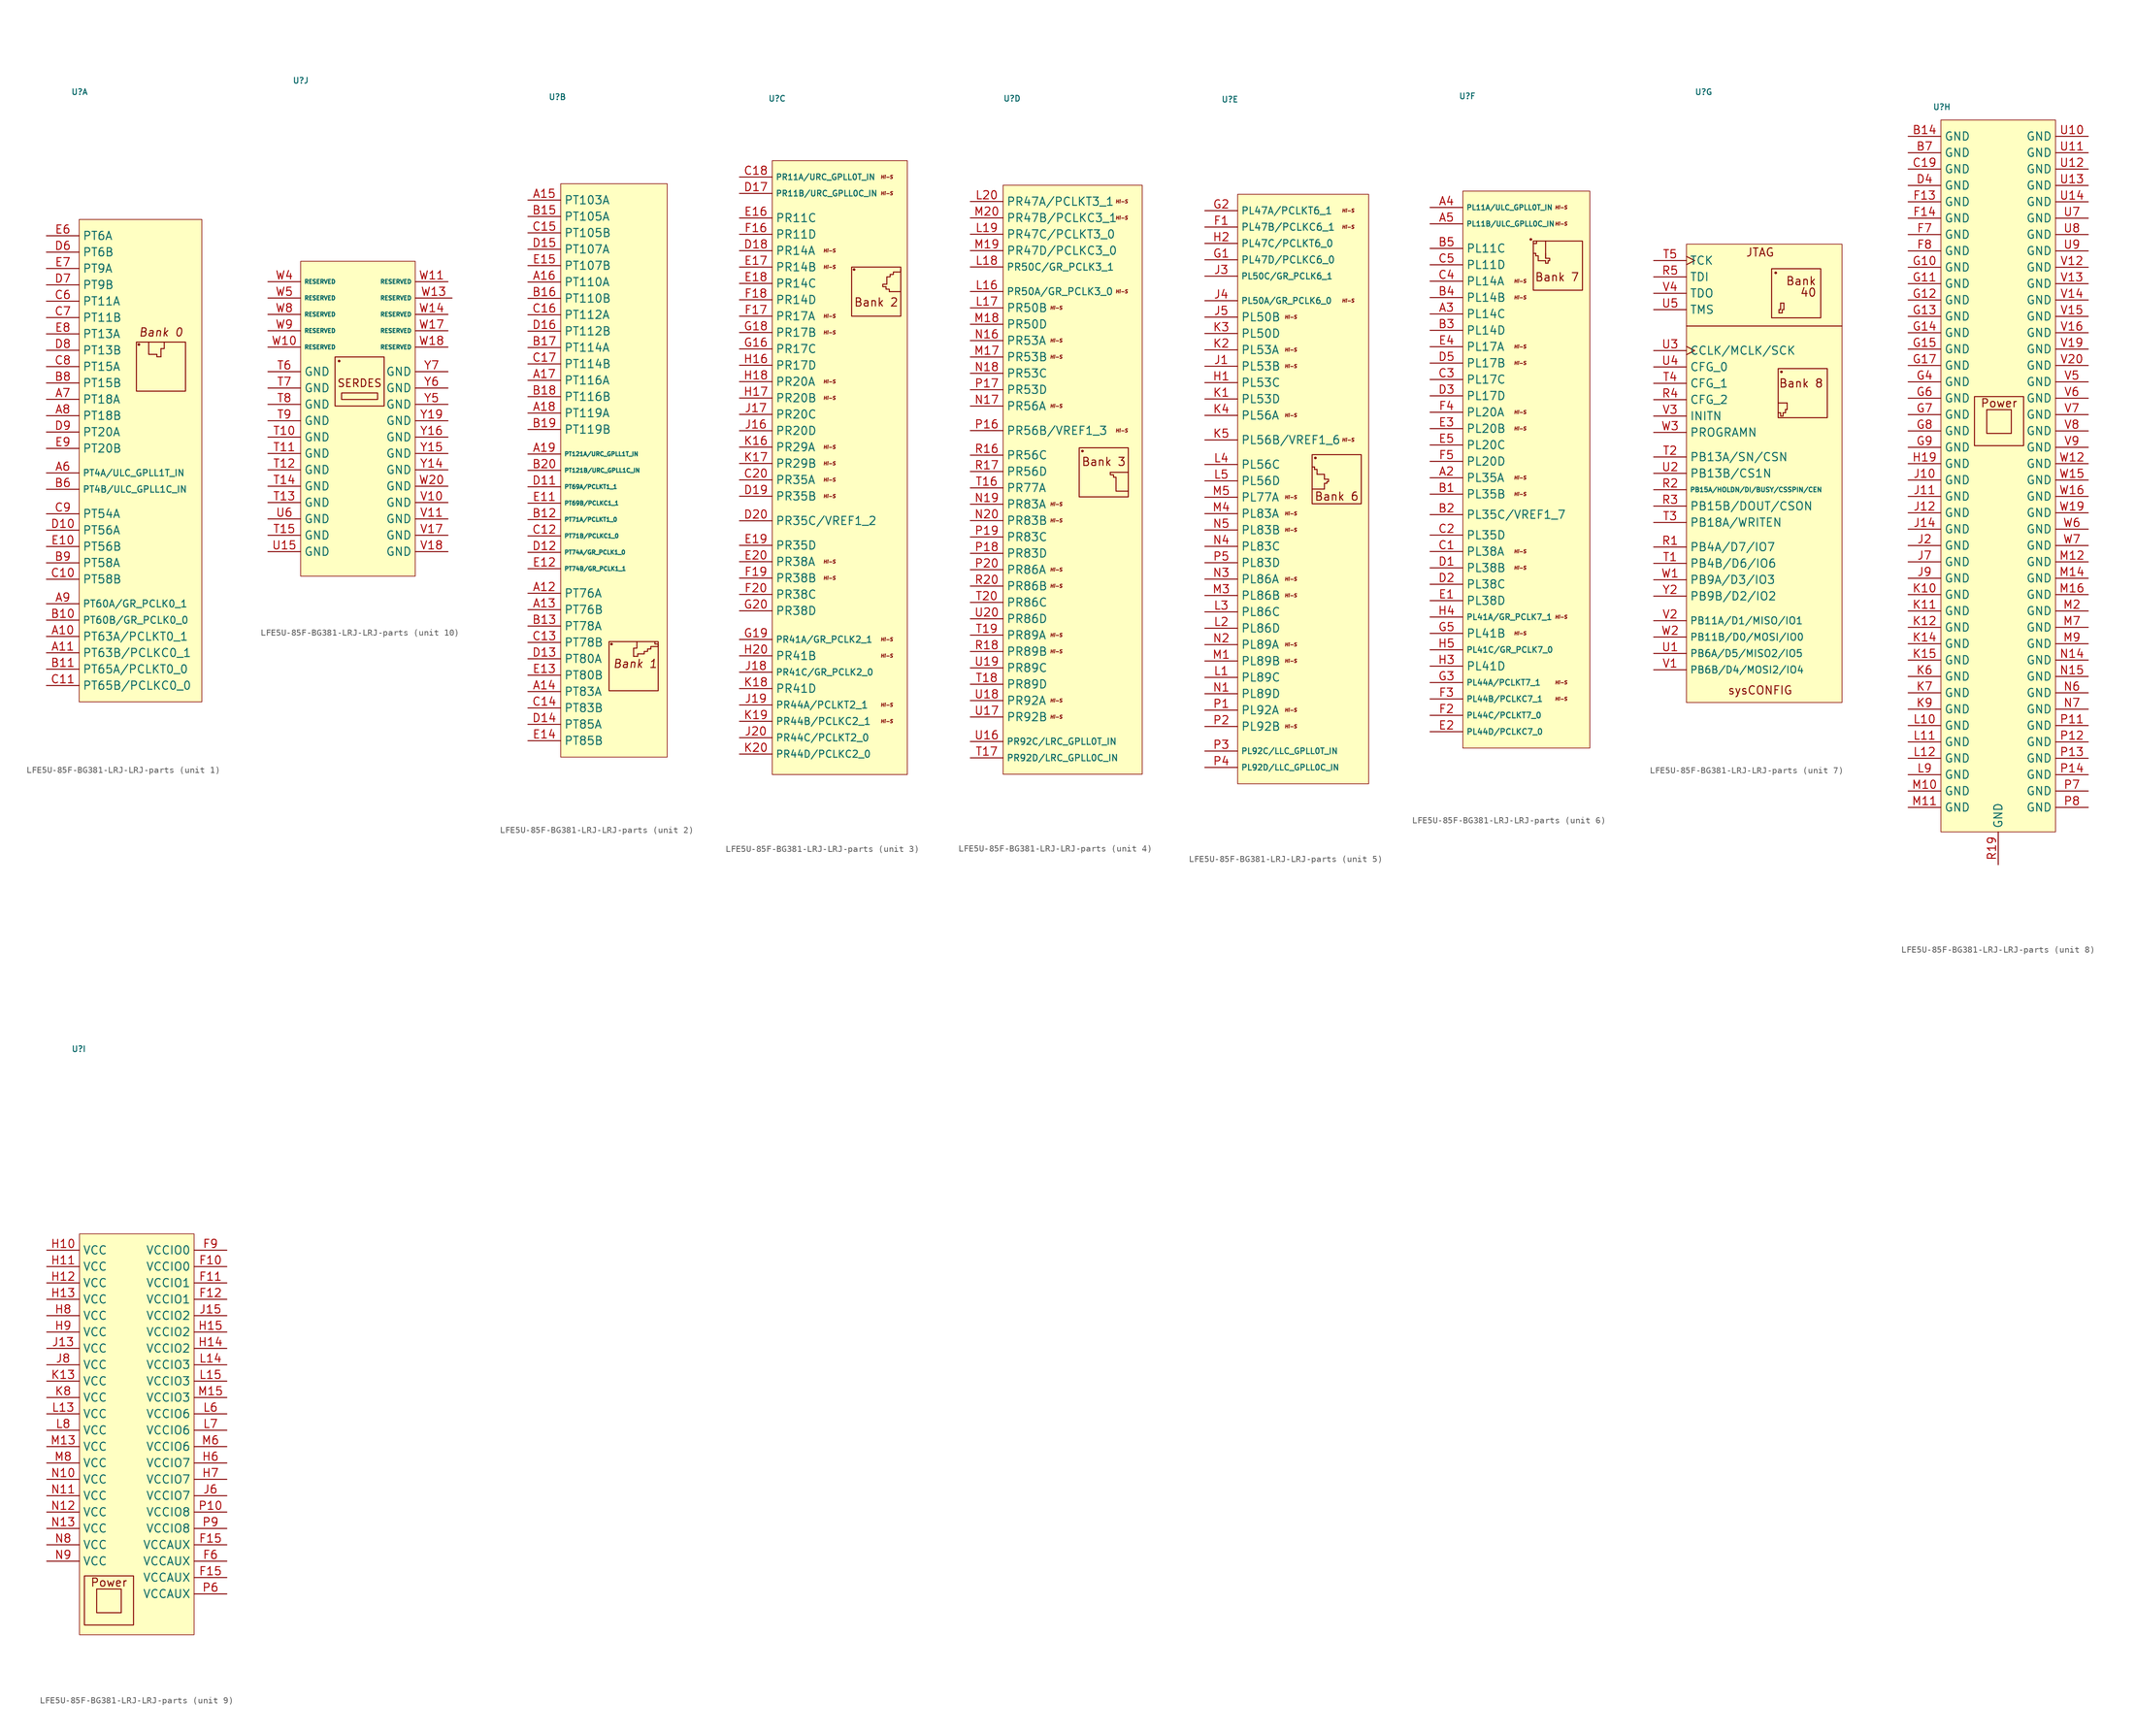
<source format=kicad_sym>
(kicad_symbol_lib
  (version 20211014)
  (generator kicad_symbol_editor)
  (symbol "LFE5U-85F-BG381-LRJ-LRJ-parts"
    (property "Reference" "U"
      (at -10.16 58.42 0)
      (effects (font (size 0.889 0.889)) (justify left top)))
    (property "ki_locked" ""
      (at 0 0 0)
      (effects (font (size 1.27 1.27))))
    (symbol "LFE5U-85F-BG381-LRJ-LRJ-parts_1_0"
      (pin bidirectional line (at -13.97 -26.67 0) (length 5.08) (name "PT63A/PCLKT0_1" (effects (font (size 1.27 1.27)))) (number "A10" (effects (font (size 1.27 1.27)))))
      (pin bidirectional line (at -13.97 -29.21 0) (length 5.08) (name "PT63B/PCLKC0_1" (effects (font (size 1.27 1.27)))) (number "A11" (effects (font (size 1.27 1.27)))))
      (pin bidirectional line (at -13.97 -1.27 0) (length 5.08) (name "PT4A/ULC_GPLL1T_IN" (effects (font (size 0.991 0.991)))) (number "A6" (effects (font (size 1.27 1.27)))))
      (pin bidirectional line (at -13.97 10.16 0) (length 5.08) (name "PT18A" (effects (font (size 1.27 1.27)))) (number "A7" (effects (font (size 1.27 1.27)))))
      (pin bidirectional line (at -13.97 7.62 0) (length 5.08) (name "PT18B" (effects (font (size 1.27 1.27)))) (number "A8" (effects (font (size 1.27 1.27)))))
      (pin bidirectional line (at -13.97 -21.59 0) (length 5.08) (name "PT60A/GR_PCLK0_1" (effects (font (size 1.092 1.092)))) (number "A9" (effects (font (size 1.27 1.27)))))
      (pin bidirectional line (at -13.97 -24.13 0) (length 5.08) (name "PT60B/GR_PCLK0_0" (effects (font (size 1.092 1.092)))) (number "B10" (effects (font (size 1.27 1.27)))))
      (pin bidirectional line (at -13.97 -31.75 0) (length 5.08) (name "PT65A/PCLKT0_0" (effects (font (size 1.27 1.27)))) (number "B11" (effects (font (size 1.27 1.27)))))
      (pin bidirectional line (at -13.97 -3.81 0) (length 5.08) (name "PT4B/ULC_GPLL1C_IN" (effects (font (size 0.991 0.991)))) (number "B6" (effects (font (size 1.27 1.27)))))
      (pin bidirectional line (at -13.97 12.7 0) (length 5.08) (name "PT15B" (effects (font (size 1.27 1.27)))) (number "B8" (effects (font (size 1.27 1.27)))))
      (pin bidirectional line (at -13.97 -15.24 0) (length 5.08) (name "PT58A" (effects (font (size 1.27 1.27)))) (number "B9" (effects (font (size 1.27 1.27)))))
      (pin bidirectional line (at -13.97 -17.78 0) (length 5.08) (name "PT58B" (effects (font (size 1.27 1.27)))) (number "C10" (effects (font (size 1.27 1.27)))))
      (pin bidirectional line (at -13.97 -34.29 0) (length 5.08) (name "PT65B/PCLKC0_0" (effects (font (size 1.27 1.27)))) (number "C11" (effects (font (size 1.27 1.27)))))
      (pin bidirectional line (at -13.97 25.4 0) (length 5.08) (name "PT11A" (effects (font (size 1.27 1.27)))) (number "C6" (effects (font (size 1.27 1.27)))))
      (pin bidirectional line (at -13.97 22.86 0) (length 5.08) (name "PT11B" (effects (font (size 1.27 1.27)))) (number "C7" (effects (font (size 1.27 1.27)))))
      (pin bidirectional line (at -13.97 15.24 0) (length 5.08) (name "PT15A" (effects (font (size 1.27 1.27)))) (number "C8" (effects (font (size 1.27 1.27)))))
      (pin bidirectional line (at -13.97 -7.62 0) (length 5.08) (name "PT54A" (effects (font (size 1.27 1.27)))) (number "C9" (effects (font (size 1.27 1.27)))))
      (pin bidirectional line (at -13.97 -10.16 0) (length 5.08) (name "PT56A" (effects (font (size 1.27 1.27)))) (number "D10" (effects (font (size 1.27 1.27)))))
      (pin bidirectional line (at -13.97 33.02 0) (length 5.08) (name "PT6B" (effects (font (size 1.27 1.27)))) (number "D6" (effects (font (size 1.27 1.27)))))
      (pin bidirectional line (at -13.97 27.94 0) (length 5.08) (name "PT9B" (effects (font (size 1.27 1.27)))) (number "D7" (effects (font (size 1.27 1.27)))))
      (pin bidirectional line (at -13.97 17.78 0) (length 5.08) (name "PT13B" (effects (font (size 1.27 1.27)))) (number "D8" (effects (font (size 1.27 1.27)))))
      (pin bidirectional line (at -13.97 5.08 0) (length 5.08) (name "PT20A" (effects (font (size 1.27 1.27)))) (number "D9" (effects (font (size 1.27 1.27)))))
      (pin bidirectional line (at -13.97 -12.7 0) (length 5.08) (name "PT56B" (effects (font (size 1.27 1.27)))) (number "E10" (effects (font (size 1.27 1.27)))))
      (pin bidirectional line (at -13.97 35.56 0) (length 5.08) (name "PT6A" (effects (font (size 1.27 1.27)))) (number "E6" (effects (font (size 1.27 1.27)))))
      (pin bidirectional line (at -13.97 30.48 0) (length 5.08) (name "PT9A" (effects (font (size 1.27 1.27)))) (number "E7" (effects (font (size 1.27 1.27)))))
      (pin bidirectional line (at -13.97 20.32 0) (length 5.08) (name "PT13A" (effects (font (size 1.27 1.27)))) (number "E8" (effects (font (size 1.27 1.27)))))
      (pin bidirectional line (at -13.97 2.54 0) (length 5.08) (name "PT20B" (effects (font (size 1.27 1.27)))) (number "E9" (effects (font (size 1.27 1.27))))))
    (symbol "LFE5U-85F-BG381-LRJ-LRJ-parts_1_1"
      (polyline (pts (xy 3.81 18.034) (xy 3.81 16.764)) (stroke (width 0) (type default) (color 0 0 0 0)) (fill (type none)))
      (polyline (pts (xy 3.175 17.145) (xy 1.905 17.145) (xy 1.905 19.05)) (stroke (width 0) (type default) (color 0 0 0 0)) (fill (type none)))
      (polyline (pts (xy 3.175 17.145) (xy 3.175 16.764) (xy 3.81 16.764)) (stroke (width 0) (type default) (color 0 0 0 0)) (fill (type none)))
      (polyline (pts (xy 3.81 18.034) (xy 4.318 18.034) (xy 4.318 18.923) (xy 4.318 19.05)) (stroke (width 0) (type default) (color 0 0 0 0)) (fill (type none)))
      (rectangle (start 0 19.05) (end 7.62 11.43) (stroke (width 0) (type default) (color 0 0 0 0)) (fill (type none)))
      (arc (start 0.254 18.669) (mid 0.381 18.542) (end 0.508 18.669) (stroke (width 0) (type default) (color 0 0 0 0)) (fill (type outline)))
      (arc (start 0.508 18.669) (mid 0.381 18.796) (end 0.254 18.669) (stroke (width 0) (type default) (color 0 0 0 0)) (fill (type outline)))
      (rectangle (start 10.16 38.1) (end -8.89 -36.83) (stroke (width 0.102) (type default) (color 0 0 0 0)) (fill (type background)))
      (text "Bank 0" (at 3.81 20.574 0) (effects (font (size 1.27 1.27) italic))))
    (symbol "LFE5U-85F-BG381-LRJ-LRJ-parts_2_0"
      (pin bidirectional line (at -13.335 -19.05 0) (length 5.08) (name "PT76A" (effects (font (size 1.27 1.27)))) (number "A12" (effects (font (size 1.27 1.27)))))
      (pin bidirectional line (at -13.335 -21.59 0) (length 5.08) (name "PT76B" (effects (font (size 1.27 1.27)))) (number "A13" (effects (font (size 1.27 1.27)))))
      (pin bidirectional line (at -13.335 -34.29 0) (length 5.08) (name "PT83A" (effects (font (size 1.27 1.27)))) (number "A14" (effects (font (size 1.27 1.27)))))
      (pin bidirectional line (at -13.335 41.91 0) (length 5.08) (name "PT103A" (effects (font (size 1.27 1.27)))) (number "A15" (effects (font (size 1.27 1.27)))))
      (pin bidirectional line (at -13.335 29.21 0) (length 5.08) (name "PT110A" (effects (font (size 1.27 1.27)))) (number "A16" (effects (font (size 1.27 1.27)))))
      (pin bidirectional line (at -13.335 13.97 0) (length 5.08) (name "PT116A" (effects (font (size 1.27 1.27)))) (number "A17" (effects (font (size 1.27 1.27)))))
      (pin bidirectional line (at -13.335 8.89 0) (length 5.08) (name "PT119A" (effects (font (size 1.27 1.27)))) (number "A18" (effects (font (size 1.27 1.27)))))
      (pin bidirectional line (at -13.335 2.54 0) (length 5.08) (name "PT121A/URC_GPLL1T_IN" (effects (font (size 0.635 0.635)))) (number "A19" (effects (font (size 1.27 1.27)))))
      (pin bidirectional line (at -13.335 -7.62 0) (length 5.08) (name "PT71A/PCLKT1_0" (effects (font (size 0.635 0.635)))) (number "B12" (effects (font (size 1.27 1.27)))))
      (pin bidirectional line (at -13.335 -24.13 0) (length 5.08) (name "PT78A" (effects (font (size 1.27 1.27)))) (number "B13" (effects (font (size 1.27 1.27)))))
      (pin bidirectional line (at -13.335 39.37 0) (length 5.08) (name "PT105A" (effects (font (size 1.27 1.27)))) (number "B15" (effects (font (size 1.27 1.27)))))
      (pin bidirectional line (at -13.335 26.67 0) (length 5.08) (name "PT110B" (effects (font (size 1.27 1.27)))) (number "B16" (effects (font (size 1.27 1.27)))))
      (pin bidirectional line (at -13.335 19.05 0) (length 5.08) (name "PT114A" (effects (font (size 1.27 1.27)))) (number "B17" (effects (font (size 1.27 1.27)))))
      (pin bidirectional line (at -13.335 11.43 0) (length 5.08) (name "PT116B" (effects (font (size 1.27 1.27)))) (number "B18" (effects (font (size 1.27 1.27)))))
      (pin bidirectional line (at -13.335 6.35 0) (length 5.08) (name "PT119B" (effects (font (size 1.27 1.27)))) (number "B19" (effects (font (size 1.27 1.27)))))
      (pin bidirectional line (at -13.335 0 0) (length 5.08) (name "PT121B/URC_GPLL1C_IN" (effects (font (size 0.635 0.635)))) (number "B20" (effects (font (size 1.27 1.27)))))
      (pin bidirectional line (at -13.335 -10.16 0) (length 5.08) (name "PT71B/PCLKC1_0" (effects (font (size 0.635 0.635)))) (number "C12" (effects (font (size 1.27 1.27)))))
      (pin bidirectional line (at -13.335 -26.67 0) (length 5.08) (name "PT78B" (effects (font (size 1.27 1.27)))) (number "C13" (effects (font (size 1.27 1.27)))))
      (pin bidirectional line (at -13.335 -36.83 0) (length 5.08) (name "PT83B" (effects (font (size 1.27 1.27)))) (number "C14" (effects (font (size 1.27 1.27)))))
      (pin bidirectional line (at -13.335 36.83 0) (length 5.08) (name "PT105B" (effects (font (size 1.27 1.27)))) (number "C15" (effects (font (size 1.27 1.27)))))
      (pin bidirectional line (at -13.335 24.13 0) (length 5.08) (name "PT112A" (effects (font (size 1.27 1.27)))) (number "C16" (effects (font (size 1.27 1.27)))))
      (pin bidirectional line (at -13.335 16.51 0) (length 5.08) (name "PT114B" (effects (font (size 1.27 1.27)))) (number "C17" (effects (font (size 1.27 1.27)))))
      (pin bidirectional line (at -13.335 -2.54 0) (length 5.08) (name "PT69A/PCLKT1_1" (effects (font (size 0.635 0.635)))) (number "D11" (effects (font (size 1.27 1.27)))))
      (pin bidirectional line (at -13.335 -12.7 0) (length 5.08) (name "PT74A/GR_PCLK1_0" (effects (font (size 0.635 0.635)))) (number "D12" (effects (font (size 1.27 1.27)))))
      (pin bidirectional line (at -13.335 -29.21 0) (length 5.08) (name "PT80A" (effects (font (size 1.27 1.27)))) (number "D13" (effects (font (size 1.27 1.27)))))
      (pin bidirectional line (at -13.335 -39.37 0) (length 5.08) (name "PT85A" (effects (font (size 1.27 1.27)))) (number "D14" (effects (font (size 1.27 1.27)))))
      (pin bidirectional line (at -13.335 34.29 0) (length 5.08) (name "PT107A" (effects (font (size 1.27 1.27)))) (number "D15" (effects (font (size 1.27 1.27)))))
      (pin bidirectional line (at -13.335 21.59 0) (length 5.08) (name "PT112B" (effects (font (size 1.27 1.27)))) (number "D16" (effects (font (size 1.27 1.27)))))
      (pin bidirectional line (at -13.335 -5.08 0) (length 5.08) (name "PT69B/PCLKC1_1" (effects (font (size 0.635 0.635)))) (number "E11" (effects (font (size 1.27 1.27)))))
      (pin bidirectional line (at -13.335 -15.24 0) (length 5.08) (name "PT74B/GR_PCLK1_1" (effects (font (size 0.635 0.635)))) (number "E12" (effects (font (size 1.27 1.27)))))
      (pin bidirectional line (at -13.335 -31.75 0) (length 5.08) (name "PT80B" (effects (font (size 1.27 1.27)))) (number "E13" (effects (font (size 1.27 1.27)))))
      (pin bidirectional line (at -13.335 -41.91 0) (length 5.08) (name "PT85B" (effects (font (size 1.27 1.27)))) (number "E14" (effects (font (size 1.27 1.27)))))
      (pin bidirectional line (at -13.335 31.75 0) (length 5.08) (name "PT107B" (effects (font (size 1.27 1.27)))) (number "E15" (effects (font (size 1.27 1.27))))))
    (symbol "LFE5U-85F-BG381-LRJ-LRJ-parts_2_1"
      (rectangle (start -0.762 -26.543) (end 6.858 -34.163) (stroke (width 0) (type default) (color 0 0 0 0)) (fill (type none)))
      (arc (start -0.508 -26.924) (mid -0.381 -27.051) (end -0.254 -26.924) (stroke (width 0) (type default) (color 0 0 0 0)) (fill (type outline)))
      (arc (start -0.254 -26.924) (mid -0.381 -26.797) (end -0.508 -26.924) (stroke (width 0) (type default) (color 0 0 0 0)) (fill (type outline)))
      (polyline (pts (xy 3.048 -28.829) (xy 3.048 -28.829)) (stroke (width 0) (type default) (color 0 0 0 0)) (fill (type none)))
      (polyline (pts (xy 3.048 -28.829) (xy 3.683 -28.829)) (stroke (width 0) (type default) (color 0 0 0 0)) (fill (type none)))
      (polyline (pts (xy 3.048 -27.559) (xy 3.048 -28.829)) (stroke (width 0) (type default) (color 0 0 0 0)) (fill (type none)))
      (polyline (pts (xy 3.683 -28.829) (xy 3.683 -28.448)) (stroke (width 0) (type default) (color 0 0 0 0)) (fill (type none)))
      (polyline (pts (xy 3.683 -28.448) (xy 4.699 -28.448) (xy 4.699 -28.067)) (stroke (width 0) (type default) (color 0 0 0 0)) (fill (type none)))
      (polyline (pts (xy 3.048 -27.559) (xy 3.556 -27.559) (xy 3.556 -26.67) (xy 3.556 -26.543)) (stroke (width 0) (type default) (color 0 0 0 0)) (fill (type none)))
      (polyline (pts (xy 6.223 -27.305) (xy 6.858 -27.305) (xy 6.858 -26.924) (xy 6.35 -26.924) (xy 6.35 -26.543)) (stroke (width 0) (type default) (color 0 0 0 0)) (fill (type none)))
      (polyline (pts (xy 4.699 -28.067) (xy 5.207 -28.067) (xy 5.207 -27.686) (xy 5.715 -27.686) (xy 5.715 -27.305) (xy 6.223 -27.305)) (stroke (width 0) (type default) (color 0 0 0 0)) (fill (type none)))
      (rectangle (start 8.255 44.45) (end -8.255 -44.45) (stroke (width 0.102) (type default) (color 0 0 0 0)) (fill (type background)))
      (text "Bank 1" (at 3.302 -29.972 0) (effects (font (size 1.27 1.27) italic))))
    (symbol "LFE5U-85F-BG381-LRJ-LRJ-parts_3_0"
      (pin bidirectional line (at -14.605 45.72 0) (length 5.08) (name "PR11A/URC_GPLL0T_IN" (effects (font (size 0.889 0.889)))) (number "C18" (effects (font (size 1.27 1.27)))))
      (pin bidirectional line (at -14.605 -1.27 0) (length 5.08) (name "PR35A" (effects (font (size 1.27 1.27)))) (number "C20" (effects (font (size 1.27 1.27)))))
      (pin bidirectional line (at -14.605 43.18 0) (length 5.08) (name "PR11B/URC_GPLL0C_IN" (effects (font (size 0.889 0.889)))) (number "D17" (effects (font (size 1.27 1.27)))))
      (pin bidirectional line (at -14.605 34.29 0) (length 5.08) (name "PR14A" (effects (font (size 1.27 1.27)))) (number "D18" (effects (font (size 1.27 1.27)))))
      (pin bidirectional line (at -14.605 -3.81 0) (length 5.08) (name "PR35B" (effects (font (size 1.27 1.27)))) (number "D19" (effects (font (size 1.27 1.27)))))
      (pin bidirectional line (at -14.605 -7.62 0) (length 5.08) (name "PR35C/VREF1_2" (effects (font (size 1.27 1.27)))) (number "D20" (effects (font (size 1.27 1.27)))))
      (pin bidirectional line (at -14.605 39.37 0) (length 5.08) (name "PR11C" (effects (font (size 1.27 1.27)))) (number "E16" (effects (font (size 1.27 1.27)))))
      (pin bidirectional line (at -14.605 31.75 0) (length 5.08) (name "PR14B" (effects (font (size 1.27 1.27)))) (number "E17" (effects (font (size 1.27 1.27)))))
      (pin bidirectional line (at -14.605 29.21 0) (length 5.08) (name "PR14C" (effects (font (size 1.27 1.27)))) (number "E18" (effects (font (size 1.27 1.27)))))
      (pin bidirectional line (at -14.605 -11.43 0) (length 5.08) (name "PR35D" (effects (font (size 1.27 1.27)))) (number "E19" (effects (font (size 1.27 1.27)))))
      (pin bidirectional line (at -14.605 -13.97 0) (length 5.08) (name "PR38A" (effects (font (size 1.27 1.27)))) (number "E20" (effects (font (size 1.27 1.27)))))
      (pin bidirectional line (at -14.605 36.83 0) (length 5.08) (name "PR11D" (effects (font (size 1.27 1.27)))) (number "F16" (effects (font (size 1.27 1.27)))))
      (pin bidirectional line (at -14.605 24.13 0) (length 5.08) (name "PR17A" (effects (font (size 1.27 1.27)))) (number "F17" (effects (font (size 1.27 1.27)))))
      (pin bidirectional line (at -14.605 26.67 0) (length 5.08) (name "PR14D" (effects (font (size 1.27 1.27)))) (number "F18" (effects (font (size 1.27 1.27)))))
      (pin bidirectional line (at -14.605 -16.51 0) (length 5.08) (name "PR38B" (effects (font (size 1.27 1.27)))) (number "F19" (effects (font (size 1.27 1.27)))))
      (pin bidirectional line (at -14.605 -19.05 0) (length 5.08) (name "PR38C" (effects (font (size 1.27 1.27)))) (number "F20" (effects (font (size 1.27 1.27)))))
      (pin bidirectional line (at -14.605 19.05 0) (length 5.08) (name "PR17C" (effects (font (size 1.27 1.27)))) (number "G16" (effects (font (size 1.27 1.27)))))
      (pin bidirectional line (at -14.605 21.59 0) (length 5.08) (name "PR17B" (effects (font (size 1.27 1.27)))) (number "G18" (effects (font (size 1.27 1.27)))))
      (pin bidirectional line (at -14.605 -26.035 0) (length 5.08) (name "PR41A/GR_PCLK2_1" (effects (font (size 0.991 0.991)))) (number "G19" (effects (font (size 1.27 1.27)))))
      (pin bidirectional line (at -14.605 -21.59 0) (length 5.08) (name "PR38D" (effects (font (size 1.27 1.27)))) (number "G20" (effects (font (size 1.27 1.27)))))
      (pin bidirectional line (at -14.605 16.51 0) (length 5.08) (name "PR17D" (effects (font (size 1.27 1.27)))) (number "H16" (effects (font (size 1.27 1.27)))))
      (pin bidirectional line (at -14.605 11.43 0) (length 5.08) (name "PR20B" (effects (font (size 1.27 1.27)))) (number "H17" (effects (font (size 1.27 1.27)))))
      (pin bidirectional line (at -14.605 13.97 0) (length 5.08) (name "PR20A" (effects (font (size 1.27 1.27)))) (number "H18" (effects (font (size 1.27 1.27)))))
      (pin bidirectional line (at -14.605 -28.575 0) (length 5.08) (name "PR41B" (effects (font (size 1.27 1.27)))) (number "H20" (effects (font (size 1.27 1.27)))))
      (pin bidirectional line (at -14.605 6.35 0) (length 5.08) (name "PR20D" (effects (font (size 1.27 1.27)))) (number "J16" (effects (font (size 1.27 1.27)))))
      (pin bidirectional line (at -14.605 8.89 0) (length 5.08) (name "PR20C" (effects (font (size 1.27 1.27)))) (number "J17" (effects (font (size 1.27 1.27)))))
      (pin bidirectional line (at -14.605 -31.115 0) (length 5.08) (name "PR41C/GR_PCLK2_0" (effects (font (size 0.991 0.991)))) (number "J18" (effects (font (size 1.27 1.27)))))
      (pin bidirectional line (at -14.605 -36.195 0) (length 5.08) (name "PR44A/PCLKT2_1" (effects (font (size 1.092 1.092)))) (number "J19" (effects (font (size 1.27 1.27)))))
      (pin bidirectional line (at -14.605 -41.275 0) (length 5.08) (name "PR44C/PCLKT2_0" (effects (font (size 1.092 1.092)))) (number "J20" (effects (font (size 1.27 1.27)))))
      (pin bidirectional line (at -14.605 3.81 0) (length 5.08) (name "PR29A" (effects (font (size 1.27 1.27)))) (number "K16" (effects (font (size 1.27 1.27)))))
      (pin bidirectional line (at -14.605 1.27 0) (length 5.08) (name "PR29B" (effects (font (size 1.27 1.27)))) (number "K17" (effects (font (size 1.27 1.27)))))
      (pin bidirectional line (at -14.605 -33.655 0) (length 5.08) (name "PR41D" (effects (font (size 1.27 1.27)))) (number "K18" (effects (font (size 1.27 1.27)))))
      (pin bidirectional line (at -14.605 -38.735 0) (length 5.08) (name "PR44B/PCLKC2_1" (effects (font (size 1.092 1.092)))) (number "K19" (effects (font (size 1.27 1.27)))))
      (pin bidirectional line (at -14.605 -43.815 0) (length 5.08) (name "PR44D/PCLKC2_0" (effects (font (size 1.092 1.092)))) (number "K20" (effects (font (size 1.27 1.27))))))
    (symbol "LFE5U-85F-BG381-LRJ-LRJ-parts_3_1"
      (polyline (pts (xy 8.255 29.845) (xy 8.255 30.226)) (stroke (width 0) (type default) (color 0 0 0 0)) (fill (type none)))
      (polyline (pts (xy 10.414 27.94) (xy 8.636 27.94)) (stroke (width 0) (type default) (color 0 0 0 0)) (fill (type none)))
      (polyline (pts (xy 8.255 29.845) (xy 8.255 29.083) (xy 7.874 29.083)) (stroke (width 0) (type default) (color 0 0 0 0)) (fill (type none)))
      (polyline (pts (xy 9.779 30.988) (xy 10.414 30.988) (xy 10.414 31.369)) (stroke (width 0) (type default) (color 0 0 0 0)) (fill (type none)))
      (polyline (pts (xy 8.128 28.702) (xy 8.128 28.321) (xy 8.636 28.321) (xy 8.636 27.94)) (stroke (width 0) (type default) (color 0 0 0 0)) (fill (type none)))
      (polyline (pts (xy 7.874 29.083) (xy 7.62 29.083) (xy 7.62 28.829) (xy 7.62 28.702) (xy 8.128 28.702)) (stroke (width 0) (type default) (color 0 0 0 0)) (fill (type none)))
      (polyline (pts (xy 8.255 30.226) (xy 8.763 30.226) (xy 8.763 30.607) (xy 9.271 30.607) (xy 9.271 30.988) (xy 9.779 30.988)) (stroke (width 0) (type default) (color 0 0 0 0)) (fill (type none)))
      (rectangle (start 2.794 31.75) (end 10.414 24.13) (stroke (width 0) (type default) (color 0 0 0 0)) (fill (type none)))
      (arc (start 3.048 31.369) (mid 3.175 31.242) (end 3.302 31.369) (stroke (width 0) (type default) (color 0 0 0 0)) (fill (type outline)))
      (arc (start 3.302 31.369) (mid 3.175 31.496) (end 3.048 31.369) (stroke (width 0) (type default) (color 0 0 0 0)) (fill (type outline)))
      (rectangle (start 11.43 48.26) (end -9.525 -46.99) (stroke (width 0.102) (type default) (color 0 0 0 0)) (fill (type background)))
      (text "Bank 2" (at 6.604 26.289 0) (effects (font (size 1.27 1.27))))
      (text "Hi-S" (at -0.635 -16.51 0) (effects (font (size 0.508 0.508) italic)))
      (text "Hi-S" (at -0.635 -13.97 0) (effects (font (size 0.508 0.508) italic)))
      (text "Hi-S" (at -0.635 -3.81 0) (effects (font (size 0.508 0.508) italic)))
      (text "Hi-S" (at -0.635 -1.27 0) (effects (font (size 0.508 0.508) italic)))
      (text "Hi-S" (at -0.635 1.27 0) (effects (font (size 0.508 0.508) italic)))
      (text "Hi-S" (at -0.635 3.81 0) (effects (font (size 0.508 0.508) italic)))
      (text "Hi-S" (at -0.635 11.43 0) (effects (font (size 0.508 0.508) italic)))
      (text "Hi-S" (at -0.635 13.97 0) (effects (font (size 0.508 0.508) italic)))
      (text "Hi-S" (at -0.635 21.59 0) (effects (font (size 0.508 0.508) italic)))
      (text "Hi-S" (at -0.635 24.13 0) (effects (font (size 0.508 0.508) italic)))
      (text "Hi-S" (at -0.635 31.75 0) (effects (font (size 0.508 0.508) italic)))
      (text "Hi-S" (at -0.635 34.29 0) (effects (font (size 0.508 0.508) italic)))
      (text "Hi-S" (at 8.255 -38.735 0) (effects (font (size 0.508 0.508) italic)))
      (text "Hi-S" (at 8.255 -36.195 0) (effects (font (size 0.508 0.508) italic)))
      (text "Hi-S" (at 8.255 -28.575 0) (effects (font (size 0.508 0.508) italic)))
      (text "Hi-S" (at 8.255 -26.035 0) (effects (font (size 0.508 0.508) italic)))
      (text "Hi-S" (at 8.255 43.18 0) (effects (font (size 0.508 0.508) italic)))
      (text "Hi-S" (at 8.255 45.72 0) (effects (font (size 0.508 0.508) italic))))
    (symbol "LFE5U-85F-BG381-LRJ-LRJ-parts_4_0"
      (pin bidirectional line (at -15.24 27.94 0) (length 5.08) (name "PR50A/GR_PCLK3_0" (effects (font (size 1.092 1.092)))) (number "L16" (effects (font (size 1.27 1.27)))))
      (pin bidirectional line (at -15.24 25.4 0) (length 5.08) (name "PR50B" (effects (font (size 1.27 1.27)))) (number "L17" (effects (font (size 1.27 1.27)))))
      (pin bidirectional line (at -15.24 31.75 0) (length 5.08) (name "PR50C/GR_PCLK3_1" (effects (font (size 1.092 1.092)))) (number "L18" (effects (font (size 1.27 1.27)))))
      (pin bidirectional line (at -15.24 36.83 0) (length 5.08) (name "PR47C/PCLKT3_0" (effects (font (size 1.27 1.27)))) (number "L19" (effects (font (size 1.27 1.27)))))
      (pin bidirectional line (at -15.24 41.91 0) (length 5.08) (name "PR47A/PCLKT3_1" (effects (font (size 1.27 1.27)))) (number "L20" (effects (font (size 1.27 1.27)))))
      (pin bidirectional line (at -15.24 17.78 0) (length 5.08) (name "PR53B" (effects (font (size 1.27 1.27)))) (number "M17" (effects (font (size 1.27 1.27)))))
      (pin bidirectional line (at -15.24 22.86 0) (length 5.08) (name "PR50D" (effects (font (size 1.27 1.27)))) (number "M18" (effects (font (size 1.27 1.27)))))
      (pin bidirectional line (at -15.24 34.29 0) (length 5.08) (name "PR47D/PCLKC3_0" (effects (font (size 1.27 1.27)))) (number "M19" (effects (font (size 1.27 1.27)))))
      (pin bidirectional line (at -15.24 39.37 0) (length 5.08) (name "PR47B/PCLKC3_1" (effects (font (size 1.27 1.27)))) (number "M20" (effects (font (size 1.27 1.27)))))
      (pin bidirectional line (at -15.24 20.32 0) (length 5.08) (name "PR53A" (effects (font (size 1.27 1.27)))) (number "N16" (effects (font (size 1.27 1.27)))))
      (pin bidirectional line (at -15.24 10.16 0) (length 5.08) (name "PR56A" (effects (font (size 1.27 1.27)))) (number "N17" (effects (font (size 1.27 1.27)))))
      (pin bidirectional line (at -15.24 15.24 0) (length 5.08) (name "PR53C" (effects (font (size 1.27 1.27)))) (number "N18" (effects (font (size 1.27 1.27)))))
      (pin bidirectional line (at -15.24 -5.08 0) (length 5.08) (name "PR83A" (effects (font (size 1.27 1.27)))) (number "N19" (effects (font (size 1.27 1.27)))))
      (pin bidirectional line (at -15.24 -7.62 0) (length 5.08) (name "PR83B" (effects (font (size 1.27 1.27)))) (number "N20" (effects (font (size 1.27 1.27)))))
      (pin bidirectional line (at -15.24 6.35 0) (length 5.08) (name "PR56B/VREF1_3" (effects (font (size 1.27 1.27)))) (number "P16" (effects (font (size 1.27 1.27)))))
      (pin bidirectional line (at -15.24 12.7 0) (length 5.08) (name "PR53D" (effects (font (size 1.27 1.27)))) (number "P17" (effects (font (size 1.27 1.27)))))
      (pin bidirectional line (at -15.24 -12.7 0) (length 5.08) (name "PR83D" (effects (font (size 1.27 1.27)))) (number "P18" (effects (font (size 1.27 1.27)))))
      (pin bidirectional line (at -15.24 -10.16 0) (length 5.08) (name "PR83C" (effects (font (size 1.27 1.27)))) (number "P19" (effects (font (size 1.27 1.27)))))
      (pin bidirectional line (at -15.24 -15.24 0) (length 5.08) (name "PR86A" (effects (font (size 1.27 1.27)))) (number "P20" (effects (font (size 1.27 1.27)))))
      (pin bidirectional line (at -15.24 2.54 0) (length 5.08) (name "PR56C" (effects (font (size 1.27 1.27)))) (number "R16" (effects (font (size 1.27 1.27)))))
      (pin bidirectional line (at -15.24 0 0) (length 5.08) (name "PR56D" (effects (font (size 1.27 1.27)))) (number "R17" (effects (font (size 1.27 1.27)))))
      (pin bidirectional line (at -15.24 -27.94 0) (length 5.08) (name "PR89B" (effects (font (size 1.27 1.27)))) (number "R18" (effects (font (size 1.27 1.27)))))
      (pin bidirectional line (at -15.24 -17.78 0) (length 5.08) (name "PR86B" (effects (font (size 1.27 1.27)))) (number "R20" (effects (font (size 1.27 1.27)))))
      (pin bidirectional line (at -15.24 -2.54 0) (length 5.08) (name "PR77A" (effects (font (size 1.27 1.27)))) (number "T16" (effects (font (size 1.27 1.27)))))
      (pin bidirectional line (at -15.24 -44.45 0) (length 5.08) (name "PR92D/LRC_GPLL0C_IN" (effects (font (size 0.991 0.991)))) (number "T17" (effects (font (size 1.27 1.27)))))
      (pin bidirectional line (at -15.24 -33.02 0) (length 5.08) (name "PR89D" (effects (font (size 1.27 1.27)))) (number "T18" (effects (font (size 1.27 1.27)))))
      (pin bidirectional line (at -15.24 -25.4 0) (length 5.08) (name "PR89A" (effects (font (size 1.27 1.27)))) (number "T19" (effects (font (size 1.27 1.27)))))
      (pin bidirectional line (at -15.24 -20.32 0) (length 5.08) (name "PR86C" (effects (font (size 1.27 1.27)))) (number "T20" (effects (font (size 1.27 1.27)))))
      (pin bidirectional line (at -15.24 -41.91 0) (length 5.08) (name "PR92C/LRC_GPLL0T_IN" (effects (font (size 0.991 0.991)))) (number "U16" (effects (font (size 1.27 1.27)))))
      (pin bidirectional line (at -15.24 -38.1 0) (length 5.08) (name "PR92B" (effects (font (size 1.27 1.27)))) (number "U17" (effects (font (size 1.27 1.27)))))
      (pin bidirectional line (at -15.24 -35.56 0) (length 5.08) (name "PR92A" (effects (font (size 1.27 1.27)))) (number "U18" (effects (font (size 1.27 1.27)))))
      (pin bidirectional line (at -15.24 -30.48 0) (length 5.08) (name "PR89C" (effects (font (size 1.27 1.27)))) (number "U19" (effects (font (size 1.27 1.27)))))
      (pin bidirectional line (at -15.24 -22.86 0) (length 5.08) (name "PR86D" (effects (font (size 1.27 1.27)))) (number "U20" (effects (font (size 1.27 1.27))))))
    (symbol "LFE5U-85F-BG381-LRJ-LRJ-parts_4_1"
      (polyline (pts (xy 9.271 -0.127) (xy 6.477 -0.127)) (stroke (width 0) (type default) (color 0 0 0 0)) (fill (type none)))
      (polyline (pts (xy 7.366 -0.889) (xy 7.366 -3.048) (xy 8.509 -3.048) (xy 9.271 -3.048)) (stroke (width 0) (type default) (color 0 0 0 0)) (fill (type none)))
      (polyline (pts (xy 6.477 -0.127) (xy 6.477 -0.508) (xy 6.985 -0.508) (xy 6.985 -0.889) (xy 7.366 -0.889)) (stroke (width 0) (type default) (color 0 0 0 0)) (fill (type none)))
      (rectangle (start 1.651 3.683) (end 9.271 -3.937) (stroke (width 0) (type default) (color 0 0 0 0)) (fill (type none)))
      (arc (start 2.032 3.175) (mid 2.159 3.048) (end 2.286 3.175) (stroke (width 0) (type default) (color 0 0 0 0)) (fill (type outline)))
      (arc (start 2.286 3.175) (mid 2.159 3.302) (end 2.032 3.175) (stroke (width 0) (type default) (color 0 0 0 0)) (fill (type outline)))
      (rectangle (start 11.43 44.45) (end -10.16 -46.99) (stroke (width 0.102) (type default) (color 0 0 0 0)) (fill (type background)))
      (text "Bank 3" (at 5.461 1.524 0) (effects (font (size 1.27 1.27))))
      (text "Hi-S" (at -1.905 -38.1 0) (effects (font (size 0.508 0.508) italic)))
      (text "Hi-S" (at -1.905 -35.56 0) (effects (font (size 0.508 0.508) italic)))
      (text "Hi-S" (at -1.905 -27.94 0) (effects (font (size 0.508 0.508) italic)))
      (text "Hi-S" (at -1.905 -25.4 0) (effects (font (size 0.508 0.508) italic)))
      (text "Hi-S" (at -1.905 -17.78 0) (effects (font (size 0.508 0.508) italic)))
      (text "Hi-S" (at -1.905 -15.24 0) (effects (font (size 0.508 0.508) italic)))
      (text "Hi-S" (at -1.905 -7.62 0) (effects (font (size 0.508 0.508) italic)))
      (text "Hi-S" (at -1.905 -5.08 0) (effects (font (size 0.508 0.508) italic)))
      (text "Hi-S" (at -1.905 10.16 0) (effects (font (size 0.508 0.508) italic)))
      (text "Hi-S" (at -1.905 17.78 0) (effects (font (size 0.508 0.508) italic)))
      (text "Hi-S" (at -1.905 20.32 0) (effects (font (size 0.508 0.508) italic)))
      (text "Hi-S" (at -1.905 25.4 0) (effects (font (size 0.508 0.508) italic)))
      (text "Hi-S" (at 8.255 6.35 0) (effects (font (size 0.508 0.508) italic)))
      (text "Hi-S" (at 8.255 27.94 0) (effects (font (size 0.508 0.508) italic)))
      (text "Hi-S" (at 8.255 39.37 0) (effects (font (size 0.508 0.508) italic)))
      (text "Hi-S" (at 8.255 41.91 0) (effects (font (size 0.508 0.508) italic))))
    (symbol "LFE5U-85F-BG381-LRJ-LRJ-parts_5_0"
      (pin bidirectional line (at -12.7 38.1 0) (length 5.08) (name "PL47B/PCLKC6_1" (effects (font (size 1.092 1.092)))) (number "F1" (effects (font (size 1.27 1.27)))))
      (pin bidirectional line (at -12.7 33.02 0) (length 5.08) (name "PL47D/PCLKC6_0" (effects (font (size 1.092 1.092)))) (number "G1" (effects (font (size 1.27 1.27)))))
      (pin bidirectional line (at -12.7 40.64 0) (length 5.08) (name "PL47A/PCLKT6_1" (effects (font (size 1.092 1.092)))) (number "G2" (effects (font (size 1.27 1.27)))))
      (pin bidirectional line (at -12.7 13.97 0) (length 5.08) (name "PL53C" (effects (font (size 1.27 1.27)))) (number "H1" (effects (font (size 1.27 1.27)))))
      (pin bidirectional line (at -12.7 35.56 0) (length 5.08) (name "PL47C/PCLKT6_0" (effects (font (size 1.092 1.092)))) (number "H2" (effects (font (size 1.27 1.27)))))
      (pin bidirectional line (at -12.7 16.51 0) (length 5.08) (name "PL53B" (effects (font (size 1.27 1.27)))) (number "J1" (effects (font (size 1.27 1.27)))))
      (pin bidirectional line (at -12.7 30.48 0) (length 5.08) (name "PL50C/GR_PCLK6_1" (effects (font (size 0.94 0.94)))) (number "J3" (effects (font (size 1.27 1.27)))))
      (pin bidirectional line (at -12.7 26.67 0) (length 5.08) (name "PL50A/GR_PCLK6_0" (effects (font (size 0.94 0.94)))) (number "J4" (effects (font (size 1.27 1.27)))))
      (pin bidirectional line (at -12.7 24.13 0) (length 5.08) (name "PL50B" (effects (font (size 1.27 1.27)))) (number "J5" (effects (font (size 1.27 1.27)))))
      (pin bidirectional line (at -12.7 11.43 0) (length 5.08) (name "PL53D" (effects (font (size 1.27 1.27)))) (number "K1" (effects (font (size 1.27 1.27)))))
      (pin bidirectional line (at -12.7 19.05 0) (length 5.08) (name "PL53A" (effects (font (size 1.27 1.27)))) (number "K2" (effects (font (size 1.27 1.27)))))
      (pin bidirectional line (at -12.7 21.59 0) (length 5.08) (name "PL50D" (effects (font (size 1.27 1.27)))) (number "K3" (effects (font (size 1.27 1.27)))))
      (pin bidirectional line (at -12.7 8.89 0) (length 5.08) (name "PL56A" (effects (font (size 1.27 1.27)))) (number "K4" (effects (font (size 1.27 1.27)))))
      (pin bidirectional line (at -12.7 5.08 0) (length 5.08) (name "PL56B/VREF1_6" (effects (font (size 1.27 1.27)))) (number "K5" (effects (font (size 1.27 1.27)))))
      (pin bidirectional line (at -12.7 -31.75 0) (length 5.08) (name "PL89C" (effects (font (size 1.27 1.27)))) (number "L1" (effects (font (size 1.27 1.27)))))
      (pin bidirectional line (at -12.7 -24.13 0) (length 5.08) (name "PL86D" (effects (font (size 1.27 1.27)))) (number "L2" (effects (font (size 1.27 1.27)))))
      (pin bidirectional line (at -12.7 -21.59 0) (length 5.08) (name "PL86C" (effects (font (size 1.27 1.27)))) (number "L3" (effects (font (size 1.27 1.27)))))
      (pin bidirectional line (at -12.7 1.27 0) (length 5.08) (name "PL56C" (effects (font (size 1.27 1.27)))) (number "L4" (effects (font (size 1.27 1.27)))))
      (pin bidirectional line (at -12.7 -1.27 0) (length 5.08) (name "PL56D" (effects (font (size 1.27 1.27)))) (number "L5" (effects (font (size 1.27 1.27)))))
      (pin bidirectional line (at -12.7 -29.21 0) (length 5.08) (name "PL89B" (effects (font (size 1.27 1.27)))) (number "M1" (effects (font (size 1.27 1.27)))))
      (pin bidirectional line (at -12.7 -19.05 0) (length 5.08) (name "PL86B" (effects (font (size 1.27 1.27)))) (number "M3" (effects (font (size 1.27 1.27)))))
      (pin bidirectional line (at -12.7 -6.35 0) (length 5.08) (name "PL83A" (effects (font (size 1.27 1.27)))) (number "M4" (effects (font (size 1.27 1.27)))))
      (pin bidirectional line (at -12.7 -3.81 0) (length 5.08) (name "PL77A" (effects (font (size 1.27 1.27)))) (number "M5" (effects (font (size 1.27 1.27)))))
      (pin bidirectional line (at -12.7 -34.29 0) (length 5.08) (name "PL89D" (effects (font (size 1.27 1.27)))) (number "N1" (effects (font (size 1.27 1.27)))))
      (pin bidirectional line (at -12.7 -26.67 0) (length 5.08) (name "PL89A" (effects (font (size 1.27 1.27)))) (number "N2" (effects (font (size 1.27 1.27)))))
      (pin bidirectional line (at -12.7 -16.51 0) (length 5.08) (name "PL86A" (effects (font (size 1.27 1.27)))) (number "N3" (effects (font (size 1.27 1.27)))))
      (pin bidirectional line (at -12.7 -11.43 0) (length 5.08) (name "PL83C" (effects (font (size 1.27 1.27)))) (number "N4" (effects (font (size 1.27 1.27)))))
      (pin bidirectional line (at -12.7 -8.89 0) (length 5.08) (name "PL83B" (effects (font (size 1.27 1.27)))) (number "N5" (effects (font (size 1.27 1.27)))))
      (pin bidirectional line (at -12.7 -36.83 0) (length 5.08) (name "PL92A" (effects (font (size 1.27 1.27)))) (number "P1" (effects (font (size 1.27 1.27)))))
      (pin bidirectional line (at -12.7 -39.37 0) (length 5.08) (name "PL92B" (effects (font (size 1.27 1.27)))) (number "P2" (effects (font (size 1.27 1.27)))))
      (pin bidirectional line (at -12.7 -43.18 0) (length 5.08) (name "PL92C/LLC_GPLL0T_IN" (effects (font (size 0.889 0.889)))) (number "P3" (effects (font (size 1.27 1.27)))))
      (pin bidirectional line (at -12.7 -45.72 0) (length 5.08) (name "PL92D/LLC_GPLL0C_IN" (effects (font (size 0.889 0.889)))) (number "P4" (effects (font (size 1.27 1.27)))))
      (pin bidirectional line (at -12.7 -13.97 0) (length 5.08) (name "PL83D" (effects (font (size 1.27 1.27)))) (number "P5" (effects (font (size 1.27 1.27))))))
    (symbol "LFE5U-85F-BG381-LRJ-LRJ-parts_5_1"
      (polyline (pts (xy 4.318 0.889) (xy 3.937 0.889)) (stroke (width 0) (type default) (color 0 0 0 0)) (fill (type none)))
      (polyline (pts (xy 4.699 -0.254) (xy 4.699 0.508)) (stroke (width 0) (type default) (color 0 0 0 0)) (fill (type none)))
      (polyline (pts (xy 4.699 0.508) (xy 4.318 0.508)) (stroke (width 0) (type default) (color 0 0 0 0)) (fill (type none)))
      (polyline (pts (xy 5.842 -2.54) (xy 3.937 -2.54)) (stroke (width 0) (type default) (color 0 0 0 0)) (fill (type none)))
      (polyline (pts (xy 5.842 -1.651) (xy 5.842 -2.54)) (stroke (width 0) (type default) (color 0 0 0 0)) (fill (type none)))
      (polyline (pts (xy 5.842 -1.016) (xy 6.477 -1.016)) (stroke (width 0) (type default) (color 0 0 0 0)) (fill (type none)))
      (polyline (pts (xy 5.842 -0.635) (xy 5.842 -1.016)) (stroke (width 0) (type default) (color 0 0 0 0)) (fill (type none)))
      (polyline (pts (xy 5.842 -0.254) (xy 4.699 -0.254)) (stroke (width 0) (type default) (color 0 0 0 0)) (fill (type none)))
      (polyline (pts (xy 5.842 -0.254) (xy 5.842 -0.635)) (stroke (width 0) (type default) (color 0 0 0 0)) (fill (type none)))
      (polyline (pts (xy 4.318 0.508) (xy 4.318 0.635) (xy 4.318 0.889)) (stroke (width 0) (type default) (color 0 0 0 0)) (fill (type none)))
      (polyline (pts (xy 6.223 -1.397) (xy 6.223 -1.651) (xy 5.842 -1.651)) (stroke (width 0) (type default) (color 0 0 0 0)) (fill (type none)))
      (polyline (pts (xy 6.477 -1.016) (xy 6.477 -1.397) (xy 6.223 -1.397)) (stroke (width 0) (type default) (color 0 0 0 0)) (fill (type none)))
      (rectangle (start 3.937 2.794) (end 11.557 -4.826) (stroke (width 0) (type default) (color 0 0 0 0)) (fill (type none)))
      (arc (start 4.318 2.286) (mid 4.445 2.159) (end 4.572 2.286) (stroke (width 0) (type default) (color 0 0 0 0)) (fill (type outline)))
      (arc (start 4.572 2.286) (mid 4.445 2.413) (end 4.318 2.286) (stroke (width 0) (type default) (color 0 0 0 0)) (fill (type outline)))
      (rectangle (start 12.7 43.18) (end -7.62 -48.26) (stroke (width 0.102) (type default) (color 0 0 0 0)) (fill (type background)))
      (text "Bank 6" (at 7.747 -3.683 0) (effects (font (size 1.27 1.27))))
      (text "Hi-S" (at 0.635 -39.37 0) (effects (font (size 0.508 0.508) italic)))
      (text "Hi-S" (at 0.635 -36.83 0) (effects (font (size 0.508 0.508) italic)))
      (text "Hi-S" (at 0.635 -29.21 0) (effects (font (size 0.508 0.508) italic)))
      (text "Hi-S" (at 0.635 -26.67 0) (effects (font (size 0.508 0.508) italic)))
      (text "Hi-S" (at 0.635 -19.05 0) (effects (font (size 0.508 0.508) italic)))
      (text "Hi-S" (at 0.635 -16.51 0) (effects (font (size 0.508 0.508) italic)))
      (text "Hi-S" (at 0.635 -8.89 0) (effects (font (size 0.508 0.508) italic)))
      (text "Hi-S" (at 0.635 -6.35 0) (effects (font (size 0.508 0.508) italic)))
      (text "Hi-S" (at 0.635 -3.81 0) (effects (font (size 0.508 0.508) italic)))
      (text "Hi-S" (at 0.635 8.89 0) (effects (font (size 0.508 0.508) italic)))
      (text "Hi-S" (at 0.635 16.51 0) (effects (font (size 0.508 0.508) italic)))
      (text "Hi-S" (at 0.635 19.05 0) (effects (font (size 0.508 0.508) italic)))
      (text "Hi-S" (at 0.635 24.13 0) (effects (font (size 0.508 0.508) italic)))
      (text "Hi-S" (at 9.525 5.08 0) (effects (font (size 0.508 0.508) italic)))
      (text "Hi-S" (at 9.525 26.67 0) (effects (font (size 0.508 0.508) italic)))
      (text "Hi-S" (at 9.525 38.1 0) (effects (font (size 0.508 0.508) italic)))
      (text "Hi-S" (at 9.525 40.64 0) (effects (font (size 0.508 0.508) italic))))
    (symbol "LFE5U-85F-BG381-LRJ-LRJ-parts_6_0"
      (pin bidirectional line (at -14.605 -1.27 0) (length 5.08) (name "PL35A" (effects (font (size 1.27 1.27)))) (number "A2" (effects (font (size 1.27 1.27)))))
      (pin bidirectional line (at -14.605 24.13 0) (length 5.08) (name "PL14C" (effects (font (size 1.27 1.27)))) (number "A3" (effects (font (size 1.27 1.27)))))
      (pin bidirectional line (at -14.605 40.64 0) (length 5.08) (name "PL11A/ULC_GPLL0T_IN" (effects (font (size 0.787 0.787)))) (number "A4" (effects (font (size 1.27 1.27)))))
      (pin bidirectional line (at -14.605 38.1 0) (length 5.08) (name "PL11B/ULC_GPLL0C_IN" (effects (font (size 0.787 0.787)))) (number "A5" (effects (font (size 1.27 1.27)))))
      (pin bidirectional line (at -14.605 -3.81 0) (length 5.08) (name "PL35B" (effects (font (size 1.27 1.27)))) (number "B1" (effects (font (size 1.27 1.27)))))
      (pin bidirectional line (at -14.605 -6.985 0) (length 5.08) (name "PL35C/VREF1_7" (effects (font (size 1.27 1.27)))) (number "B2" (effects (font (size 1.27 1.27)))))
      (pin bidirectional line (at -14.605 21.59 0) (length 5.08) (name "PL14D" (effects (font (size 1.27 1.27)))) (number "B3" (effects (font (size 1.27 1.27)))))
      (pin bidirectional line (at -14.605 26.67 0) (length 5.08) (name "PL14B" (effects (font (size 1.27 1.27)))) (number "B4" (effects (font (size 1.27 1.27)))))
      (pin bidirectional line (at -14.605 34.29 0) (length 5.08) (name "PL11C" (effects (font (size 1.27 1.27)))) (number "B5" (effects (font (size 1.27 1.27)))))
      (pin bidirectional line (at -14.605 -12.7 0) (length 5.08) (name "PL38A" (effects (font (size 1.27 1.27)))) (number "C1" (effects (font (size 1.27 1.27)))))
      (pin bidirectional line (at -14.605 -10.16 0) (length 5.08) (name "PL35D" (effects (font (size 1.27 1.27)))) (number "C2" (effects (font (size 1.27 1.27)))))
      (pin bidirectional line (at -14.605 13.97 0) (length 5.08) (name "PL17C" (effects (font (size 1.27 1.27)))) (number "C3" (effects (font (size 1.27 1.27)))))
      (pin bidirectional line (at -14.605 29.21 0) (length 5.08) (name "PL14A" (effects (font (size 1.27 1.27)))) (number "C4" (effects (font (size 1.27 1.27)))))
      (pin bidirectional line (at -14.605 31.75 0) (length 5.08) (name "PL11D" (effects (font (size 1.27 1.27)))) (number "C5" (effects (font (size 1.27 1.27)))))
      (pin bidirectional line (at -14.605 -15.24 0) (length 5.08) (name "PL38B" (effects (font (size 1.27 1.27)))) (number "D1" (effects (font (size 1.27 1.27)))))
      (pin bidirectional line (at -14.605 -17.78 0) (length 5.08) (name "PL38C" (effects (font (size 1.27 1.27)))) (number "D2" (effects (font (size 1.27 1.27)))))
      (pin bidirectional line (at -14.605 11.43 0) (length 5.08) (name "PL17D" (effects (font (size 1.27 1.27)))) (number "D3" (effects (font (size 1.27 1.27)))))
      (pin bidirectional line (at -14.605 16.51 0) (length 5.08) (name "PL17B" (effects (font (size 1.27 1.27)))) (number "D5" (effects (font (size 1.27 1.27)))))
      (pin bidirectional line (at -14.605 -20.32 0) (length 5.08) (name "PL38D" (effects (font (size 1.27 1.27)))) (number "E1" (effects (font (size 1.27 1.27)))))
      (pin bidirectional line (at -14.605 -40.64 0) (length 5.08) (name "PL44D/PCLKC7_0" (effects (font (size 0.889 0.889)))) (number "E2" (effects (font (size 1.27 1.27)))))
      (pin bidirectional line (at -14.605 6.35 0) (length 5.08) (name "PL20B" (effects (font (size 1.27 1.27)))) (number "E3" (effects (font (size 1.27 1.27)))))
      (pin bidirectional line (at -14.605 19.05 0) (length 5.08) (name "PL17A" (effects (font (size 1.27 1.27)))) (number "E4" (effects (font (size 1.27 1.27)))))
      (pin bidirectional line (at -14.605 3.81 0) (length 5.08) (name "PL20C" (effects (font (size 1.27 1.27)))) (number "E5" (effects (font (size 1.27 1.27)))))
      (pin bidirectional line (at -14.605 -38.1 0) (length 5.08) (name "PL44C/PCLKT7_0" (effects (font (size 0.889 0.889)))) (number "F2" (effects (font (size 1.27 1.27)))))
      (pin bidirectional line (at -14.605 -35.56 0) (length 5.08) (name "PL44B/PCLKC7_1" (effects (font (size 0.889 0.889)))) (number "F3" (effects (font (size 1.27 1.27)))))
      (pin bidirectional line (at -14.605 8.89 0) (length 5.08) (name "PL20A" (effects (font (size 1.27 1.27)))) (number "F4" (effects (font (size 1.27 1.27)))))
      (pin bidirectional line (at -14.605 1.27 0) (length 5.08) (name "PL20D" (effects (font (size 1.27 1.27)))) (number "F5" (effects (font (size 1.27 1.27)))))
      (pin bidirectional line (at -14.605 -33.02 0) (length 5.08) (name "PL44A/PCLKT7_1" (effects (font (size 0.889 0.889)))) (number "G3" (effects (font (size 1.27 1.27)))))
      (pin bidirectional line (at -14.605 -25.4 0) (length 5.08) (name "PL41B" (effects (font (size 1.27 1.27)))) (number "G5" (effects (font (size 1.27 1.27)))))
      (pin bidirectional line (at -14.605 -30.48 0) (length 5.08) (name "PL41D" (effects (font (size 1.27 1.27)))) (number "H3" (effects (font (size 1.27 1.27)))))
      (pin bidirectional line (at -14.605 -22.86 0) (length 5.08) (name "PL41A/GR_PCLK7_1" (effects (font (size 0.889 0.889)))) (number "H4" (effects (font (size 1.27 1.27)))))
      (pin bidirectional line (at -14.605 -27.94 0) (length 5.08) (name "PL41C/GR_PCLK7_0" (effects (font (size 0.889 0.889)))) (number "H5" (effects (font (size 1.27 1.27))))))
    (symbol "LFE5U-85F-BG381-LRJ-LRJ-parts_6_1"
      (polyline (pts (xy 1.778 33.528) (xy 1.397 33.528)) (stroke (width 0) (type default) (color 0 0 0 0)) (fill (type none)))
      (polyline (pts (xy 2.159 32.385) (xy 2.159 33.147)) (stroke (width 0) (type default) (color 0 0 0 0)) (fill (type none)))
      (polyline (pts (xy 2.159 33.147) (xy 1.778 33.147)) (stroke (width 0) (type default) (color 0 0 0 0)) (fill (type none)))
      (polyline (pts (xy 3.302 32.004) (xy 3.302 32.004)) (stroke (width 0) (type default) (color 0 0 0 0)) (fill (type none)))
      (polyline (pts (xy 3.302 32.385) (xy 2.159 32.385)) (stroke (width 0) (type default) (color 0 0 0 0)) (fill (type none)))
      (polyline (pts (xy 3.302 32.385) (xy 3.302 32.004)) (stroke (width 0) (type default) (color 0 0 0 0)) (fill (type none)))
      (polyline (pts (xy 3.302 32.766) (xy 3.302 33.528)) (stroke (width 0) (type default) (color 0 0 0 0)) (fill (type none)))
      (polyline (pts (xy 3.302 35.433) (xy 3.302 32.766)) (stroke (width 0) (type default) (color 0 0 0 0)) (fill (type none)))
      (polyline (pts (xy 3.683 32.004) (xy 3.302 32.004)) (stroke (width 0) (type default) (color 0 0 0 0)) (fill (type none)))
      (polyline (pts (xy 3.683 32.385) (xy 3.683 32.004)) (stroke (width 0) (type default) (color 0 0 0 0)) (fill (type none)))
      (polyline (pts (xy 1.778 33.147) (xy 1.778 33.274) (xy 1.778 33.528)) (stroke (width 0) (type default) (color 0 0 0 0)) (fill (type none)))
      (polyline (pts (xy 1.905 35.433) (xy 1.905 35.179) (xy 1.905 35.052) (xy 1.397 35.052)) (stroke (width 0) (type default) (color 0 0 0 0)) (fill (type none)))
      (polyline (pts (xy 3.683 32.385) (xy 3.937 32.385) (xy 3.937 32.766) (xy 3.302 32.766)) (stroke (width 0) (type default) (color 0 0 0 0)) (fill (type none)))
      (arc (start 0.889 35.687) (mid 1.016 35.56) (end 1.143 35.687) (stroke (width 0) (type default) (color 0 0 0 0)) (fill (type outline)))
      (arc (start 1.143 35.687) (mid 1.016 35.814) (end 0.889 35.687) (stroke (width 0) (type default) (color 0 0 0 0)) (fill (type outline)))
      (rectangle (start 1.397 35.433) (end 9.017 27.813) (stroke (width 0) (type default) (color 0 0 0 0)) (fill (type none)))
      (rectangle (start 10.16 43.18) (end -9.525 -43.18) (stroke (width 0.102) (type default) (color 0 0 0 0)) (fill (type background)))
      (text "Bank 7" (at 5.08 29.845 0) (effects (font (size 1.27 1.27))))
      (text "Hi-S" (at -0.635 -25.4 0) (effects (font (size 0.508 0.508) italic)))
      (text "Hi-S" (at -0.635 -15.24 0) (effects (font (size 0.508 0.508) italic)))
      (text "Hi-S" (at -0.635 -12.7 0) (effects (font (size 0.508 0.508) italic)))
      (text "Hi-S" (at -0.635 -3.81 0) (effects (font (size 0.508 0.508) italic)))
      (text "Hi-S" (at -0.635 -1.27 0) (effects (font (size 0.508 0.508) italic)))
      (text "Hi-S" (at -0.635 6.35 0) (effects (font (size 0.508 0.508) italic)))
      (text "Hi-S" (at -0.635 8.89 0) (effects (font (size 0.508 0.508) italic)))
      (text "Hi-S" (at -0.635 16.51 0) (effects (font (size 0.508 0.508) italic)))
      (text "Hi-S" (at -0.635 19.05 0) (effects (font (size 0.508 0.508) italic)))
      (text "Hi-S" (at -0.635 26.67 0) (effects (font (size 0.508 0.508) italic)))
      (text "Hi-S" (at -0.635 29.21 0) (effects (font (size 0.508 0.508) italic)))
      (text "Hi-S" (at 5.715 -35.56 0) (effects (font (size 0.508 0.508) italic)))
      (text "Hi-S" (at 5.715 -33.02 0) (effects (font (size 0.508 0.508) italic)))
      (text "Hi-S" (at 5.715 -22.86 0) (effects (font (size 0.508 0.508) italic)))
      (text "Hi-S" (at 5.715 38.1 0) (effects (font (size 0.508 0.508) italic)))
      (text "Hi-S" (at 5.715 40.64 0) (effects (font (size 0.508 0.508) italic))))
    (symbol "LFE5U-85F-BG381-LRJ-LRJ-parts_7_0"
      (pin bidirectional line (at -16.51 -12.7 0) (length 5.08) (name "PB4A/D7/IO7" (effects (font (size 1.27 1.27)))) (number "R1" (effects (font (size 1.27 1.27)))))
      (pin bidirectional line (at -16.51 -3.81 0) (length 5.08) (name "PB15A/HOLDN/DI/BUSY/CSSPIN/CEN" (effects (font (size 0.711 0.711)))) (number "R2" (effects (font (size 1.27 1.27)))))
      (pin bidirectional line (at -16.51 -6.35 0) (length 5.08) (name "PB15B/DOUT/CSON" (effects (font (size 1.27 1.27)))) (number "R3" (effects (font (size 1.27 1.27)))))
      (pin bidirectional line (at -16.51 10.16 0) (length 5.08) (name "CFG_2" (effects (font (size 1.27 1.27)))) (number "R4" (effects (font (size 1.27 1.27)))))
      (pin bidirectional line (at -16.51 29.21 0) (length 5.08) (name "TDI" (effects (font (size 1.27 1.27)))) (number "R5" (effects (font (size 1.27 1.27)))))
      (pin bidirectional line (at -16.51 -15.24 0) (length 5.08) (name "PB4B/D6/IO6" (effects (font (size 1.27 1.27)))) (number "T1" (effects (font (size 1.27 1.27)))))
      (pin bidirectional line (at -16.51 1.27 0) (length 5.08) (name "PB13A/SN/CSN" (effects (font (size 1.27 1.27)))) (number "T2" (effects (font (size 1.27 1.27)))))
      (pin bidirectional line (at -16.51 -8.89 0) (length 5.08) (name "PB18A/WRITEN" (effects (font (size 1.27 1.27)))) (number "T3" (effects (font (size 1.27 1.27)))))
      (pin bidirectional line (at -16.51 12.7 0) (length 5.08) (name "CFG_1" (effects (font (size 1.27 1.27)))) (number "T4" (effects (font (size 1.27 1.27)))))
      (pin bidirectional clock (at -16.51 31.75 0) (length 5.08) (name "TCK" (effects (font (size 1.27 1.27)))) (number "T5" (effects (font (size 1.27 1.27)))))
      (pin bidirectional line (at -16.51 -29.21 0) (length 5.08) (name "PB6A/D5/MISO2/IO5" (effects (font (size 1.092 1.092)))) (number "U1" (effects (font (size 1.27 1.27)))))
      (pin bidirectional line (at -16.51 -1.27 0) (length 5.08) (name "PB13B/CS1N" (effects (font (size 1.27 1.27)))) (number "U2" (effects (font (size 1.27 1.27)))))
      (pin bidirectional clock (at -16.51 17.78 0) (length 5.08) (name "CCLK/MCLK/SCK" (effects (font (size 1.27 1.27)))) (number "U3" (effects (font (size 1.27 1.27)))))
      (pin bidirectional line (at -16.51 15.24 0) (length 5.08) (name "CFG_0" (effects (font (size 1.27 1.27)))) (number "U4" (effects (font (size 1.27 1.27)))))
      (pin bidirectional line (at -16.51 24.13 0) (length 5.08) (name "TMS" (effects (font (size 1.27 1.27)))) (number "U5" (effects (font (size 1.27 1.27)))))
      (pin bidirectional line (at -16.51 -31.75 0) (length 5.08) (name "PB6B/D4/MOSI2/IO4" (effects (font (size 1.092 1.092)))) (number "V1" (effects (font (size 1.27 1.27)))))
      (pin bidirectional line (at -16.51 -24.13 0) (length 5.08) (name "PB11A/D1/MISO/IO1" (effects (font (size 1.092 1.092)))) (number "V2" (effects (font (size 1.27 1.27)))))
      (pin bidirectional line (at -16.51 7.62 0) (length 5.08) (name "INITN" (effects (font (size 1.27 1.27)))) (number "V3" (effects (font (size 1.27 1.27)))))
      (pin bidirectional line (at -16.51 26.67 0) (length 5.08) (name "TDO" (effects (font (size 1.27 1.27)))) (number "V4" (effects (font (size 1.27 1.27)))))
      (pin bidirectional line (at -16.51 -17.78 0) (length 5.08) (name "PB9A/D3/IO3" (effects (font (size 1.27 1.27)))) (number "W1" (effects (font (size 1.27 1.27)))))
      (pin bidirectional line (at -16.51 -26.67 0) (length 5.08) (name "PB11B/D0/MOSI/IO0" (effects (font (size 1.092 1.092)))) (number "W2" (effects (font (size 1.27 1.27)))))
      (pin bidirectional line (at -16.51 5.08 0) (length 5.08) (name "PROGRAMN" (effects (font (size 1.27 1.27)))) (number "W3" (effects (font (size 1.27 1.27)))))
      (pin bidirectional line (at -16.51 -20.32 0) (length 5.08) (name "PB9B/D2/IO2" (effects (font (size 1.27 1.27)))) (number "Y2" (effects (font (size 1.27 1.27))))))
    (symbol "LFE5U-85F-BG381-LRJ-LRJ-parts_7_1"
      (polyline (pts (xy -11.43 21.59) (xy 12.7 21.59)) (stroke (width 0) (type default) (color 0 0 0 0)) (fill (type none)))
      (polyline (pts (xy 2.921 24.13) (xy 2.921 23.622)) (stroke (width 0) (type default) (color 0 0 0 0)) (fill (type none)))
      (polyline (pts (xy 3.175 8.128) (xy 2.794 8.128)) (stroke (width 0) (type default) (color 0 0 0 0)) (fill (type none)))
      (polyline (pts (xy 3.175 24.13) (xy 2.921 24.13)) (stroke (width 0) (type default) (color 0 0 0 0)) (fill (type none)))
      (polyline (pts (xy 3.175 25.146) (xy 3.175 24.13)) (stroke (width 0) (type default) (color 0 0 0 0)) (fill (type none)))
      (polyline (pts (xy 3.683 24.13) (xy 3.683 25.146)) (stroke (width 0) (type default) (color 0 0 0 0)) (fill (type none)))
      (polyline (pts (xy 3.683 25.146) (xy 3.175 25.146)) (stroke (width 0) (type default) (color 0 0 0 0)) (fill (type none)))
      (polyline (pts (xy 3.937 8.128) (xy 3.556 8.128)) (stroke (width 0) (type default) (color 0 0 0 0)) (fill (type none)))
      (polyline (pts (xy 3.937 8.636) (xy 3.937 8.128)) (stroke (width 0) (type default) (color 0 0 0 0)) (fill (type none)))
      (polyline (pts (xy 4.191 8.636) (xy 3.937 8.636)) (stroke (width 0) (type default) (color 0 0 0 0)) (fill (type none)))
      (polyline (pts (xy 4.191 9.652) (xy 2.794 9.652)) (stroke (width 0) (type default) (color 0 0 0 0)) (fill (type none)))
      (polyline (pts (xy 4.191 9.652) (xy 4.191 8.636)) (stroke (width 0) (type default) (color 0 0 0 0)) (fill (type none)))
      (polyline (pts (xy 3.556 8.128) (xy 3.556 7.62) (xy 3.175 7.62) (xy 3.175 8.128)) (stroke (width 0) (type default) (color 0 0 0 0)) (fill (type none)))
      (polyline (pts (xy 3.683 24.13) (xy 3.429 24.13) (xy 3.429 23.749) (xy 3.429 23.622) (xy 2.921 23.622)) (stroke (width 0) (type default) (color 0 0 0 0)) (fill (type none)))
      (rectangle (start 1.778 30.48) (end 9.398 22.86) (stroke (width 0) (type default) (color 0 0 0 0)) (fill (type none)))
      (arc (start 2.286 29.845) (mid 2.413 29.718) (end 2.54 29.845) (stroke (width 0) (type default) (color 0 0 0 0)) (fill (type outline)))
      (arc (start 2.54 29.845) (mid 2.413 29.972) (end 2.286 29.845) (stroke (width 0) (type default) (color 0 0 0 0)) (fill (type outline)))
      (rectangle (start 2.794 14.986) (end 10.414 7.366) (stroke (width 0) (type default) (color 0 0 0 0)) (fill (type none)))
      (arc (start 3.175 14.478) (mid 3.302 14.351) (end 3.429 14.478) (stroke (width 0) (type default) (color 0 0 0 0)) (fill (type outline)))
      (arc (start 3.429 14.478) (mid 3.302 14.605) (end 3.175 14.478) (stroke (width 0) (type default) (color 0 0 0 0)) (fill (type outline)))
      (rectangle (start 12.7 34.29) (end -11.43 -36.83) (stroke (width 0.102) (type default) (color 0 0 0 0)) (fill (type background)))
      (text " 40" (at 6.985 26.797 0) (effects (font (size 1.27 1.27))))
      (text "Bank" (at 6.35 28.575 0) (effects (font (size 1.27 1.27))))
      (text "Bank 8" (at 6.35 12.7 0) (effects (font (size 1.27 1.27))))
      (text "JTAG" (at 0 33.02 0) (effects (font (size 1.27 1.27))))
      (text "sysCONFIG" (at 0 -34.925 0) (effects (font (size 1.27 1.27)))))
    (symbol "LFE5U-85F-BG381-LRJ-LRJ-parts_8_0"
      (pin power_in line (at -13.97 53.34 0) (length 5.08) (name "GND" (effects (font (size 1.27 1.27)))) (number "B14" (effects (font (size 1.27 1.27)))))
      (pin power_in line (at -13.97 50.8 0) (length 5.08) (name "GND" (effects (font (size 1.27 1.27)))) (number "B7" (effects (font (size 1.27 1.27)))))
      (pin power_in line (at -13.97 48.26 0) (length 5.08) (name "GND" (effects (font (size 1.27 1.27)))) (number "C19" (effects (font (size 1.27 1.27)))))
      (pin power_in line (at -13.97 45.72 0) (length 5.08) (name "GND" (effects (font (size 1.27 1.27)))) (number "D4" (effects (font (size 1.27 1.27)))))
      (pin power_in line (at -13.97 43.18 0) (length 5.08) (name "GND" (effects (font (size 1.27 1.27)))) (number "F13" (effects (font (size 1.27 1.27)))))
      (pin power_in line (at -13.97 40.64 0) (length 5.08) (name "GND" (effects (font (size 1.27 1.27)))) (number "F14" (effects (font (size 1.27 1.27)))))
      (pin power_in line (at -13.97 38.1 0) (length 5.08) (name "GND" (effects (font (size 1.27 1.27)))) (number "F7" (effects (font (size 1.27 1.27)))))
      (pin power_in line (at -13.97 35.56 0) (length 5.08) (name "GND" (effects (font (size 1.27 1.27)))) (number "F8" (effects (font (size 1.27 1.27)))))
      (pin power_in line (at -13.97 33.02 0) (length 5.08) (name "GND" (effects (font (size 1.27 1.27)))) (number "G10" (effects (font (size 1.27 1.27)))))
      (pin power_in line (at -13.97 30.48 0) (length 5.08) (name "GND" (effects (font (size 1.27 1.27)))) (number "G11" (effects (font (size 1.27 1.27)))))
      (pin power_in line (at -13.97 27.94 0) (length 5.08) (name "GND" (effects (font (size 1.27 1.27)))) (number "G12" (effects (font (size 1.27 1.27)))))
      (pin power_in line (at -13.97 25.4 0) (length 5.08) (name "GND" (effects (font (size 1.27 1.27)))) (number "G13" (effects (font (size 1.27 1.27)))))
      (pin power_in line (at -13.97 22.86 0) (length 5.08) (name "GND" (effects (font (size 1.27 1.27)))) (number "G14" (effects (font (size 1.27 1.27)))))
      (pin power_in line (at -13.97 20.32 0) (length 5.08) (name "GND" (effects (font (size 1.27 1.27)))) (number "G15" (effects (font (size 1.27 1.27)))))
      (pin power_in line (at -13.97 17.78 0) (length 5.08) (name "GND" (effects (font (size 1.27 1.27)))) (number "G17" (effects (font (size 1.27 1.27)))))
      (pin power_in line (at -13.97 15.24 0) (length 5.08) (name "GND" (effects (font (size 1.27 1.27)))) (number "G4" (effects (font (size 1.27 1.27)))))
      (pin power_in line (at -13.97 12.7 0) (length 5.08) (name "GND" (effects (font (size 1.27 1.27)))) (number "G6" (effects (font (size 1.27 1.27)))))
      (pin power_in line (at -13.97 10.16 0) (length 5.08) (name "GND" (effects (font (size 1.27 1.27)))) (number "G7" (effects (font (size 1.27 1.27)))))
      (pin power_in line (at -13.97 7.62 0) (length 5.08) (name "GND" (effects (font (size 1.27 1.27)))) (number "G8" (effects (font (size 1.27 1.27)))))
      (pin power_in line (at -13.97 5.08 0) (length 5.08) (name "GND" (effects (font (size 1.27 1.27)))) (number "G9" (effects (font (size 1.27 1.27)))))
      (pin power_in line (at -13.97 2.54 0) (length 5.08) (name "GND" (effects (font (size 1.27 1.27)))) (number "H19" (effects (font (size 1.27 1.27)))))
      (pin power_in line (at -13.97 0 0) (length 5.08) (name "GND" (effects (font (size 1.27 1.27)))) (number "J10" (effects (font (size 1.27 1.27)))))
      (pin power_in line (at -13.97 -2.54 0) (length 5.08) (name "GND" (effects (font (size 1.27 1.27)))) (number "J11" (effects (font (size 1.27 1.27)))))
      (pin power_in line (at -13.97 -5.08 0) (length 5.08) (name "GND" (effects (font (size 1.27 1.27)))) (number "J12" (effects (font (size 1.27 1.27)))))
      (pin power_in line (at -13.97 -7.62 0) (length 5.08) (name "GND" (effects (font (size 1.27 1.27)))) (number "J14" (effects (font (size 1.27 1.27)))))
      (pin power_in line (at -13.97 -10.16 0) (length 5.08) (name "GND" (effects (font (size 1.27 1.27)))) (number "J2" (effects (font (size 1.27 1.27)))))
      (pin power_in line (at -13.97 -12.7 0) (length 5.08) (name "GND" (effects (font (size 1.27 1.27)))) (number "J7" (effects (font (size 1.27 1.27)))))
      (pin power_in line (at -13.97 -15.24 0) (length 5.08) (name "GND" (effects (font (size 1.27 1.27)))) (number "J9" (effects (font (size 1.27 1.27)))))
      (pin power_in line (at -13.97 -17.78 0) (length 5.08) (name "GND" (effects (font (size 1.27 1.27)))) (number "K10" (effects (font (size 1.27 1.27)))))
      (pin power_in line (at -13.97 -20.32 0) (length 5.08) (name "GND" (effects (font (size 1.27 1.27)))) (number "K11" (effects (font (size 1.27 1.27)))))
      (pin power_in line (at -13.97 -22.86 0) (length 5.08) (name "GND" (effects (font (size 1.27 1.27)))) (number "K12" (effects (font (size 1.27 1.27)))))
      (pin power_in line (at -13.97 -25.4 0) (length 5.08) (name "GND" (effects (font (size 1.27 1.27)))) (number "K14" (effects (font (size 1.27 1.27)))))
      (pin power_in line (at -13.97 -27.94 0) (length 5.08) (name "GND" (effects (font (size 1.27 1.27)))) (number "K15" (effects (font (size 1.27 1.27)))))
      (pin power_in line (at -13.97 -30.48 0) (length 5.08) (name "GND" (effects (font (size 1.27 1.27)))) (number "K6" (effects (font (size 1.27 1.27)))))
      (pin power_in line (at -13.97 -33.02 0) (length 5.08) (name "GND" (effects (font (size 1.27 1.27)))) (number "K7" (effects (font (size 1.27 1.27)))))
      (pin power_in line (at -13.97 -35.56 0) (length 5.08) (name "GND" (effects (font (size 1.27 1.27)))) (number "K9" (effects (font (size 1.27 1.27)))))
      (pin power_in line (at -13.97 -38.1 0) (length 5.08) (name "GND" (effects (font (size 1.27 1.27)))) (number "L10" (effects (font (size 1.27 1.27)))))
      (pin power_in line (at -13.97 -40.64 0) (length 5.08) (name "GND" (effects (font (size 1.27 1.27)))) (number "L11" (effects (font (size 1.27 1.27)))))
      (pin power_in line (at -13.97 -43.18 0) (length 5.08) (name "GND" (effects (font (size 1.27 1.27)))) (number "L12" (effects (font (size 1.27 1.27)))))
      (pin power_in line (at -13.97 -45.72 0) (length 5.08) (name "GND" (effects (font (size 1.27 1.27)))) (number "L9" (effects (font (size 1.27 1.27)))))
      (pin power_in line (at -13.97 -48.26 0) (length 5.08) (name "GND" (effects (font (size 1.27 1.27)))) (number "M10" (effects (font (size 1.27 1.27)))))
      (pin power_in line (at -13.97 -50.8 0) (length 5.08) (name "GND" (effects (font (size 1.27 1.27)))) (number "M11" (effects (font (size 1.27 1.27)))))
      (pin power_in line (at 13.97 -12.7 180) (length 5.08) (name "GND" (effects (font (size 1.27 1.27)))) (number "M12" (effects (font (size 1.27 1.27)))))
      (pin power_in line (at 13.97 -15.24 180) (length 5.08) (name "GND" (effects (font (size 1.27 1.27)))) (number "M14" (effects (font (size 1.27 1.27)))))
      (pin power_in line (at 13.97 -17.78 180) (length 5.08) (name "GND" (effects (font (size 1.27 1.27)))) (number "M16" (effects (font (size 1.27 1.27)))))
      (pin power_in line (at 13.97 -20.32 180) (length 5.08) (name "GND" (effects (font (size 1.27 1.27)))) (number "M2" (effects (font (size 1.27 1.27)))))
      (pin power_in line (at 13.97 -22.86 180) (length 5.08) (name "GND" (effects (font (size 1.27 1.27)))) (number "M7" (effects (font (size 1.27 1.27)))))
      (pin power_in line (at 13.97 -25.4 180) (length 5.08) (name "GND" (effects (font (size 1.27 1.27)))) (number "M9" (effects (font (size 1.27 1.27)))))
      (pin power_in line (at 13.97 -27.94 180) (length 5.08) (name "GND" (effects (font (size 1.27 1.27)))) (number "N14" (effects (font (size 1.27 1.27)))))
      (pin power_in line (at 13.97 -30.48 180) (length 5.08) (name "GND" (effects (font (size 1.27 1.27)))) (number "N15" (effects (font (size 1.27 1.27)))))
      (pin power_in line (at 13.97 -33.02 180) (length 5.08) (name "GND" (effects (font (size 1.27 1.27)))) (number "N6" (effects (font (size 1.27 1.27)))))
      (pin power_in line (at 13.97 -35.56 180) (length 5.08) (name "GND" (effects (font (size 1.27 1.27)))) (number "N7" (effects (font (size 1.27 1.27)))))
      (pin power_in line (at 13.97 -38.1 180) (length 5.08) (name "GND" (effects (font (size 1.27 1.27)))) (number "P11" (effects (font (size 1.27 1.27)))))
      (pin power_in line (at 13.97 -40.64 180) (length 5.08) (name "GND" (effects (font (size 1.27 1.27)))) (number "P12" (effects (font (size 1.27 1.27)))))
      (pin power_in line (at 13.97 -43.18 180) (length 5.08) (name "GND" (effects (font (size 1.27 1.27)))) (number "P13" (effects (font (size 1.27 1.27)))))
      (pin power_in line (at 13.97 -45.72 180) (length 5.08) (name "GND" (effects (font (size 1.27 1.27)))) (number "P14" (effects (font (size 1.27 1.27)))))
      (pin power_in line (at 13.97 -48.26 180) (length 5.08) (name "GND" (effects (font (size 1.27 1.27)))) (number "P7" (effects (font (size 1.27 1.27)))))
      (pin power_in line (at 13.97 -50.8 180) (length 5.08) (name "GND" (effects (font (size 1.27 1.27)))) (number "P8" (effects (font (size 1.27 1.27)))))
      (pin power_in line (at 0 -59.69 90) (length 5.08) (name "GND" (effects (font (size 1.27 1.27)))) (number "R19" (effects (font (size 1.27 1.27)))))
      (pin power_in line (at 13.97 53.34 180) (length 5.08) (name "GND" (effects (font (size 1.27 1.27)))) (number "U10" (effects (font (size 1.27 1.27)))))
      (pin power_in line (at 13.97 50.8 180) (length 5.08) (name "GND" (effects (font (size 1.27 1.27)))) (number "U11" (effects (font (size 1.27 1.27)))))
      (pin power_in line (at 13.97 48.26 180) (length 5.08) (name "GND" (effects (font (size 1.27 1.27)))) (number "U12" (effects (font (size 1.27 1.27)))))
      (pin power_in line (at 13.97 45.72 180) (length 5.08) (name "GND" (effects (font (size 1.27 1.27)))) (number "U13" (effects (font (size 1.27 1.27)))))
      (pin power_in line (at 13.97 43.18 180) (length 5.08) (name "GND" (effects (font (size 1.27 1.27)))) (number "U14" (effects (font (size 1.27 1.27)))))
      (pin power_in line (at 13.97 40.64 180) (length 5.08) (name "GND" (effects (font (size 1.27 1.27)))) (number "U7" (effects (font (size 1.27 1.27)))))
      (pin power_in line (at 13.97 38.1 180) (length 5.08) (name "GND" (effects (font (size 1.27 1.27)))) (number "U8" (effects (font (size 1.27 1.27)))))
      (pin power_in line (at 13.97 35.56 180) (length 5.08) (name "GND" (effects (font (size 1.27 1.27)))) (number "U9" (effects (font (size 1.27 1.27)))))
      (pin power_in line (at 13.97 33.02 180) (length 5.08) (name "GND" (effects (font (size 1.27 1.27)))) (number "V12" (effects (font (size 1.27 1.27)))))
      (pin power_in line (at 13.97 30.48 180) (length 5.08) (name "GND" (effects (font (size 1.27 1.27)))) (number "V13" (effects (font (size 1.27 1.27)))))
      (pin power_in line (at 13.97 27.94 180) (length 5.08) (name "GND" (effects (font (size 1.27 1.27)))) (number "V14" (effects (font (size 1.27 1.27)))))
      (pin power_in line (at 13.97 25.4 180) (length 5.08) (name "GND" (effects (font (size 1.27 1.27)))) (number "V15" (effects (font (size 1.27 1.27)))))
      (pin power_in line (at 13.97 22.86 180) (length 5.08) (name "GND" (effects (font (size 1.27 1.27)))) (number "V16" (effects (font (size 1.27 1.27)))))
      (pin power_in line (at 13.97 20.32 180) (length 5.08) (name "GND" (effects (font (size 1.27 1.27)))) (number "V19" (effects (font (size 1.27 1.27)))))
      (pin power_in line (at 13.97 17.78 180) (length 5.08) (name "GND" (effects (font (size 1.27 1.27)))) (number "V20" (effects (font (size 1.27 1.27)))))
      (pin power_in line (at 13.97 15.24 180) (length 5.08) (name "GND" (effects (font (size 1.27 1.27)))) (number "V5" (effects (font (size 1.27 1.27)))))
      (pin power_in line (at 13.97 12.7 180) (length 5.08) (name "GND" (effects (font (size 1.27 1.27)))) (number "V6" (effects (font (size 1.27 1.27)))))
      (pin power_in line (at 13.97 10.16 180) (length 5.08) (name "GND" (effects (font (size 1.27 1.27)))) (number "V7" (effects (font (size 1.27 1.27)))))
      (pin power_in line (at 13.97 7.62 180) (length 5.08) (name "GND" (effects (font (size 1.27 1.27)))) (number "V8" (effects (font (size 1.27 1.27)))))
      (pin power_in line (at 13.97 5.08 180) (length 5.08) (name "GND" (effects (font (size 1.27 1.27)))) (number "V9" (effects (font (size 1.27 1.27)))))
      (pin power_in line (at 13.97 2.54 180) (length 5.08) (name "GND" (effects (font (size 1.27 1.27)))) (number "W12" (effects (font (size 1.27 1.27)))))
      (pin power_in line (at 13.97 0 180) (length 5.08) (name "GND" (effects (font (size 1.27 1.27)))) (number "W15" (effects (font (size 1.27 1.27)))))
      (pin power_in line (at 13.97 -2.54 180) (length 5.08) (name "GND" (effects (font (size 1.27 1.27)))) (number "W16" (effects (font (size 1.27 1.27)))))
      (pin power_in line (at 13.97 -5.08 180) (length 5.08) (name "GND" (effects (font (size 1.27 1.27)))) (number "W19" (effects (font (size 1.27 1.27)))))
      (pin power_in line (at 13.97 -7.62 180) (length 5.08) (name "GND" (effects (font (size 1.27 1.27)))) (number "W6" (effects (font (size 1.27 1.27)))))
      (pin power_in line (at 13.97 -10.16 180) (length 5.08) (name "GND" (effects (font (size 1.27 1.27)))) (number "W7" (effects (font (size 1.27 1.27))))))
    (symbol "LFE5U-85F-BG381-LRJ-LRJ-parts_8_1"
      (rectangle (start -8.89 55.88) (end 8.89 -54.61) (stroke (width 0.102) (type default) (color 0 0 0 0)) (fill (type background)))
      (rectangle (start -3.683 12.954) (end 3.937 5.334) (stroke (width 0) (type default) (color 0 0 0 0)) (fill (type none)))
      (polyline (pts (xy -1.778 10.922) (xy 2.032 10.922) (xy 2.032 7.239)) (stroke (width 0) (type default) (color 0 0 0 0)) (fill (type none)))
      (polyline (pts (xy 2.032 7.239) (xy -1.778 7.239) (xy -1.778 10.922)) (stroke (width 0) (type default) (color 0 0 0 0)) (fill (type none)))
      (text "Power" (at 0.127 11.938 0) (effects (font (size 1.27 1.27)))))
    (symbol "LFE5U-85F-BG381-LRJ-LRJ-parts_9_0"
      (pin power_in line (at 13.97 -24.13 180) (length 5.08) (name "VCCAUX" (effects (font (size 1.27 1.27)))) (number "F15" (effects (font (size 1.27 1.27)))))
      (pin power_in line (at 13.97 -19.05 180) (length 5.08) (name "VCCAUX" (effects (font (size 1.27 1.27)))) (number "F15" (effects (font (size 1.27 1.27)))))
      (pin power_in line (at 13.97 -21.59 180) (length 5.08) (name "VCCAUX" (effects (font (size 1.27 1.27)))) (number "F6" (effects (font (size 1.27 1.27)))))
      (pin power_in line (at -13.97 26.67 0) (length 5.08) (name "VCC" (effects (font (size 1.27 1.27)))) (number "H10" (effects (font (size 1.27 1.27)))))
      (pin power_in line (at -13.97 24.13 0) (length 5.08) (name "VCC" (effects (font (size 1.27 1.27)))) (number "H11" (effects (font (size 1.27 1.27)))))
      (pin power_in line (at -13.97 21.59 0) (length 5.08) (name "VCC" (effects (font (size 1.27 1.27)))) (number "H12" (effects (font (size 1.27 1.27)))))
      (pin power_in line (at -13.97 19.05 0) (length 5.08) (name "VCC" (effects (font (size 1.27 1.27)))) (number "H13" (effects (font (size 1.27 1.27)))))
      (pin power_in line (at -13.97 16.51 0) (length 5.08) (name "VCC" (effects (font (size 1.27 1.27)))) (number "H8" (effects (font (size 1.27 1.27)))))
      (pin power_in line (at -13.97 13.97 0) (length 5.08) (name "VCC" (effects (font (size 1.27 1.27)))) (number "H9" (effects (font (size 1.27 1.27)))))
      (pin power_in line (at -13.97 11.43 0) (length 5.08) (name "VCC" (effects (font (size 1.27 1.27)))) (number "J13" (effects (font (size 1.27 1.27)))))
      (pin power_in line (at -13.97 8.89 0) (length 5.08) (name "VCC" (effects (font (size 1.27 1.27)))) (number "J8" (effects (font (size 1.27 1.27)))))
      (pin power_in line (at -13.97 6.35 0) (length 5.08) (name "VCC" (effects (font (size 1.27 1.27)))) (number "K13" (effects (font (size 1.27 1.27)))))
      (pin power_in line (at -13.97 3.81 0) (length 5.08) (name "VCC" (effects (font (size 1.27 1.27)))) (number "K8" (effects (font (size 1.27 1.27)))))
      (pin power_in line (at -13.97 1.27 0) (length 5.08) (name "VCC" (effects (font (size 1.27 1.27)))) (number "L13" (effects (font (size 1.27 1.27)))))
      (pin power_in line (at -13.97 -1.27 0) (length 5.08) (name "VCC" (effects (font (size 1.27 1.27)))) (number "L8" (effects (font (size 1.27 1.27)))))
      (pin power_in line (at -13.97 -3.81 0) (length 5.08) (name "VCC" (effects (font (size 1.27 1.27)))) (number "M13" (effects (font (size 1.27 1.27)))))
      (pin power_in line (at -13.97 -6.35 0) (length 5.08) (name "VCC" (effects (font (size 1.27 1.27)))) (number "M8" (effects (font (size 1.27 1.27)))))
      (pin power_in line (at -13.97 -8.89 0) (length 5.08) (name "VCC" (effects (font (size 1.27 1.27)))) (number "N10" (effects (font (size 1.27 1.27)))))
      (pin power_in line (at -13.97 -11.43 0) (length 5.08) (name "VCC" (effects (font (size 1.27 1.27)))) (number "N11" (effects (font (size 1.27 1.27)))))
      (pin power_in line (at -13.97 -13.97 0) (length 5.08) (name "VCC" (effects (font (size 1.27 1.27)))) (number "N12" (effects (font (size 1.27 1.27)))))
      (pin power_in line (at -13.97 -16.51 0) (length 5.08) (name "VCC" (effects (font (size 1.27 1.27)))) (number "N13" (effects (font (size 1.27 1.27)))))
      (pin power_in line (at -13.97 -19.05 0) (length 5.08) (name "VCC" (effects (font (size 1.27 1.27)))) (number "N8" (effects (font (size 1.27 1.27)))))
      (pin power_in line (at -13.97 -21.59 0) (length 5.08) (name "VCC" (effects (font (size 1.27 1.27)))) (number "N9" (effects (font (size 1.27 1.27)))))
      (pin power_in line (at 13.97 -26.67 180) (length 5.08) (name "VCCAUX" (effects (font (size 1.27 1.27)))) (number "P6" (effects (font (size 1.27 1.27))))))
    (symbol "LFE5U-85F-BG381-LRJ-LRJ-parts_9_1"
      (rectangle (start -8.89 29.21) (end 8.89 -33.02) (stroke (width 0.102) (type default) (color 0 0 0 0)) (fill (type background)))
      (rectangle (start -8.128 -23.876) (end -0.508 -31.496) (stroke (width 0) (type default) (color 0 0 0 0)) (fill (type none)))
      (polyline (pts (xy -6.223 -25.908) (xy -2.413 -25.908) (xy -2.413 -29.591)) (stroke (width 0) (type default) (color 0 0 0 0)) (fill (type none)))
      (polyline (pts (xy -2.413 -29.591) (xy -6.223 -29.591) (xy -6.223 -25.908)) (stroke (width 0) (type default) (color 0 0 0 0)) (fill (type none)))
      (text "Power" (at -4.318 -24.892 0) (effects (font (size 1.27 1.27))))
      (pin power_in line (at 13.97 24.13 180) (length 5.08) (name "VCCIO0" (effects (font (size 1.27 1.27)))) (number "F10" (effects (font (size 1.27 1.27)))))
      (pin power_in line (at 13.97 21.59 180) (length 5.08) (name "VCCIO1" (effects (font (size 1.27 1.27)))) (number "F11" (effects (font (size 1.27 1.27)))))
      (pin power_in line (at 13.97 19.05 180) (length 5.08) (name "VCCIO1" (effects (font (size 1.27 1.27)))) (number "F12" (effects (font (size 1.27 1.27)))))
      (pin power_in line (at 13.97 26.67 180) (length 5.08) (name "VCCIO0" (effects (font (size 1.27 1.27)))) (number "F9" (effects (font (size 1.27 1.27)))))
      (pin power_in line (at 13.97 11.43 180) (length 5.08) (name "VCCIO2" (effects (font (size 1.27 1.27)))) (number "H14" (effects (font (size 1.27 1.27)))))
      (pin power_in line (at 13.97 13.97 180) (length 5.08) (name "VCCIO2" (effects (font (size 1.27 1.27)))) (number "H15" (effects (font (size 1.27 1.27)))))
      (pin power_in line (at 13.97 -6.35 180) (length 5.08) (name "VCCIO7" (effects (font (size 1.27 1.27)))) (number "H6" (effects (font (size 1.27 1.27)))))
      (pin power_in line (at 13.97 -8.89 180) (length 5.08) (name "VCCIO7" (effects (font (size 1.27 1.27)))) (number "H7" (effects (font (size 1.27 1.27)))))
      (pin power_in line (at 13.97 16.51 180) (length 5.08) (name "VCCIO2" (effects (font (size 1.27 1.27)))) (number "J15" (effects (font (size 1.27 1.27)))))
      (pin power_in line (at 13.97 -11.43 180) (length 5.08) (name "VCCIO7" (effects (font (size 1.27 1.27)))) (number "J6" (effects (font (size 1.27 1.27)))))
      (pin power_in line (at 13.97 8.89 180) (length 5.08) (name "VCCIO3" (effects (font (size 1.27 1.27)))) (number "L14" (effects (font (size 1.27 1.27)))))
      (pin power_in line (at 13.97 6.35 180) (length 5.08) (name "VCCIO3" (effects (font (size 1.27 1.27)))) (number "L15" (effects (font (size 1.27 1.27)))))
      (pin power_in line (at 13.97 1.27 180) (length 5.08) (name "VCCIO6" (effects (font (size 1.27 1.27)))) (number "L6" (effects (font (size 1.27 1.27)))))
      (pin power_in line (at 13.97 -1.27 180) (length 5.08) (name "VCCIO6" (effects (font (size 1.27 1.27)))) (number "L7" (effects (font (size 1.27 1.27)))))
      (pin power_in line (at 13.97 3.81 180) (length 5.08) (name "VCCIO3" (effects (font (size 1.27 1.27)))) (number "M15" (effects (font (size 1.27 1.27)))))
      (pin power_in line (at 13.97 -3.81 180) (length 5.08) (name "VCCIO6" (effects (font (size 1.27 1.27)))) (number "M6" (effects (font (size 1.27 1.27)))))
      (pin power_in line (at 13.97 -13.97 180) (length 5.08) (name "VCCIO8" (effects (font (size 1.27 1.27)))) (number "P10" (effects (font (size 1.27 1.27)))))
      (pin power_in line (at 13.97 -16.51 180) (length 5.08) (name "VCCIO8" (effects (font (size 1.27 1.27)))) (number "P9" (effects (font (size 1.27 1.27))))))
    (symbol "LFE5U-85F-BG381-LRJ-LRJ-parts_10_0"
      (pin power_in line (at -13.97 2.54 0) (length 5.08) (name "GND" (effects (font (size 1.27 1.27)))) (number "T10" (effects (font (size 1.27 1.27)))))
      (pin power_in line (at -13.97 0 0) (length 5.08) (name "GND" (effects (font (size 1.27 1.27)))) (number "T11" (effects (font (size 1.27 1.27)))))
      (pin power_in line (at -13.97 -2.54 0) (length 5.08) (name "GND" (effects (font (size 1.27 1.27)))) (number "T12" (effects (font (size 1.27 1.27)))))
      (pin power_in line (at -13.97 -7.62 0) (length 5.08) (name "GND" (effects (font (size 1.27 1.27)))) (number "T13" (effects (font (size 1.27 1.27)))))
      (pin power_in line (at -13.97 -5.08 0) (length 5.08) (name "GND" (effects (font (size 1.27 1.27)))) (number "T14" (effects (font (size 1.27 1.27)))))
      (pin power_in line (at -13.97 -12.7 0) (length 5.08) (name "GND" (effects (font (size 1.27 1.27)))) (number "T15" (effects (font (size 1.27 1.27)))))
      (pin power_in line (at -13.97 12.7 0) (length 5.08) (name "GND" (effects (font (size 1.27 1.27)))) (number "T6" (effects (font (size 1.27 1.27)))))
      (pin power_in line (at -13.97 10.16 0) (length 5.08) (name "GND" (effects (font (size 1.27 1.27)))) (number "T7" (effects (font (size 1.27 1.27)))))
      (pin power_in line (at -13.97 7.62 0) (length 5.08) (name "GND" (effects (font (size 1.27 1.27)))) (number "T8" (effects (font (size 1.27 1.27)))))
      (pin power_in line (at -13.97 5.08 0) (length 5.08) (name "GND" (effects (font (size 1.27 1.27)))) (number "T9" (effects (font (size 1.27 1.27)))))
      (pin power_in line (at -13.97 -15.24 0) (length 5.08) (name "GND" (effects (font (size 1.27 1.27)))) (number "U15" (effects (font (size 1.27 1.27)))))
      (pin power_in line (at -13.97 -10.16 0) (length 5.08) (name "GND" (effects (font (size 1.27 1.27)))) (number "U6" (effects (font (size 1.27 1.27)))))
      (pin power_in line (at 13.97 -7.62 180) (length 5.08) (name "GND" (effects (font (size 1.27 1.27)))) (number "V10" (effects (font (size 1.27 1.27)))))
      (pin power_in line (at 13.97 -10.16 180) (length 5.08) (name "GND" (effects (font (size 1.27 1.27)))) (number "V11" (effects (font (size 1.27 1.27)))))
      (pin power_in line (at 13.97 -12.7 180) (length 5.08) (name "GND" (effects (font (size 1.27 1.27)))) (number "V17" (effects (font (size 1.27 1.27)))))
      (pin power_in line (at 13.97 -15.24 180) (length 5.08) (name "GND" (effects (font (size 1.27 1.27)))) (number "V18" (effects (font (size 1.27 1.27)))))
      (pin power_in line (at -13.97 16.51 0) (length 5.08) (name "RESERVED" (effects (font (size 0.635 0.635)))) (number "W10" (effects (font (size 1.27 1.27)))))
      (pin power_in line (at 13.97 26.67 180) (length 5.08) (name "RESERVED" (effects (font (size 0.635 0.635)))) (number "W11" (effects (font (size 1.27 1.27)))))
      (pin power_in line (at 14.605 24.13 180) (length 5.715) (name "RESERVED" (effects (font (size 0.635 0.635)))) (number "W13" (effects (font (size 1.27 1.27)))))
      (pin power_in line (at 13.97 21.59 180) (length 5.08) (name "RESERVED" (effects (font (size 0.635 0.635)))) (number "W14" (effects (font (size 1.27 1.27)))))
      (pin power_in line (at 13.97 19.05 180) (length 5.08) (name "RESERVED" (effects (font (size 0.635 0.635)))) (number "W17" (effects (font (size 1.27 1.27)))))
      (pin power_in line (at 13.97 16.51 180) (length 5.08) (name "RESERVED" (effects (font (size 0.635 0.635)))) (number "W18" (effects (font (size 1.27 1.27)))))
      (pin power_in line (at 13.97 -5.08 180) (length 5.08) (name "GND" (effects (font (size 1.27 1.27)))) (number "W20" (effects (font (size 1.27 1.27)))))
      (pin power_in line (at -13.97 26.67 0) (length 5.08) (name "RESERVED" (effects (font (size 0.635 0.635)))) (number "W4" (effects (font (size 1.27 1.27)))))
      (pin power_in line (at -13.97 24.13 0) (length 5.08) (name "RESERVED" (effects (font (size 0.635 0.635)))) (number "W5" (effects (font (size 1.27 1.27)))))
      (pin power_in line (at -13.97 21.59 0) (length 5.08) (name "RESERVED" (effects (font (size 0.635 0.635)))) (number "W8" (effects (font (size 1.27 1.27)))))
      (pin power_in line (at -13.97 19.05 0) (length 5.08) (name "RESERVED" (effects (font (size 0.635 0.635)))) (number "W9" (effects (font (size 1.27 1.27)))))
      (pin power_in line (at 13.97 -2.54 180) (length 5.08) (name "GND" (effects (font (size 1.27 1.27)))) (number "Y14" (effects (font (size 1.27 1.27)))))
      (pin power_in line (at 13.97 0 180) (length 5.08) (name "GND" (effects (font (size 1.27 1.27)))) (number "Y15" (effects (font (size 1.27 1.27)))))
      (pin power_in line (at 13.97 2.54 180) (length 5.08) (name "GND" (effects (font (size 1.27 1.27)))) (number "Y16" (effects (font (size 1.27 1.27)))))
      (pin power_in line (at 13.97 5.08 180) (length 5.08) (name "GND" (effects (font (size 1.27 1.27)))) (number "Y19" (effects (font (size 1.27 1.27)))))
      (pin power_in line (at 13.97 7.62 180) (length 5.08) (name "GND" (effects (font (size 1.27 1.27)))) (number "Y5" (effects (font (size 1.27 1.27)))))
      (pin power_in line (at 13.97 10.16 180) (length 5.08) (name "GND" (effects (font (size 1.27 1.27)))) (number "Y6" (effects (font (size 1.27 1.27)))))
      (pin power_in line (at 13.97 12.7 180) (length 5.08) (name "GND" (effects (font (size 1.27 1.27)))) (number "Y7" (effects (font (size 1.27 1.27))))))
    (symbol "LFE5U-85F-BG381-LRJ-LRJ-parts_10_1"
      (rectangle (start -8.89 29.845) (end 8.89 -19.05) (stroke (width 0.102) (type default) (color 0 0 0 0)) (fill (type background)))
      (rectangle (start -3.556 14.986) (end 4.064 7.366) (stroke (width 0) (type default) (color 0 0 0 0)) (fill (type none)))
      (arc (start -3.048 14.351) (mid -2.921 14.224) (end -2.794 14.351) (stroke (width 0) (type default) (color 0 0 0 0)) (fill (type outline)))
      (arc (start -2.794 14.351) (mid -2.921 14.478) (end -3.048 14.351) (stroke (width 0) (type default) (color 0 0 0 0)) (fill (type outline)))
      (rectangle (start -2.54 8.382) (end 3.048 9.398) (stroke (width 0) (type default) (color 0 0 0 0)) (fill (type none)))
      (text "SERDES" (at 0.254 10.922 0) (effects (font (size 1.194 1.194)))))))
</source>
